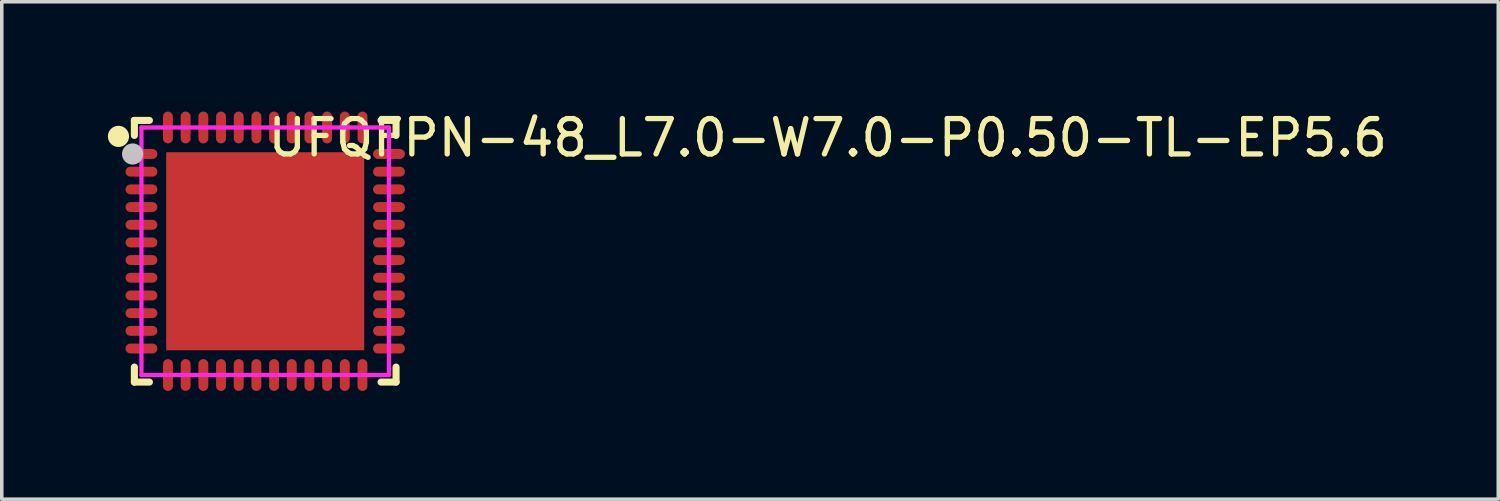
<source format=kicad_pcb>
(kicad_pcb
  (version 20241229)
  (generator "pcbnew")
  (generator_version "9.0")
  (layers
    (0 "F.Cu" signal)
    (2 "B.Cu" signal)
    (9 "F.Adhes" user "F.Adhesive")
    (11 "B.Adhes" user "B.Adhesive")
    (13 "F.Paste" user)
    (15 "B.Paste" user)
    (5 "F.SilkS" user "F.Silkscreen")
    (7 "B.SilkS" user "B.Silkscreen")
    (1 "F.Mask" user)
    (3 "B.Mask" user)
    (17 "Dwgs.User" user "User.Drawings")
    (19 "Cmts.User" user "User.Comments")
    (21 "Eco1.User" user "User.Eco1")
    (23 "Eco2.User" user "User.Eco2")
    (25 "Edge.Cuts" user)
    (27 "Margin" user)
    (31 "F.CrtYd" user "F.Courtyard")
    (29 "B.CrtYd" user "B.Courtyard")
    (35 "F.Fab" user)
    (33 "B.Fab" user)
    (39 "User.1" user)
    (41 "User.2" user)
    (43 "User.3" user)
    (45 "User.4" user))
  (footprint "UFQFPN-48_L7.0-W7.0-P0.50-TL-EP5.6"
    (layer "F.Cu")
    (at 4.45 4.055)
    (property "Reference" "UFQFPN-48_L7.0-W7.0-P0.50-TL-EP5.6" (at 0 -3.207 0) (layer "F.SilkS") (effects (font (size 1 1) (thickness 0.15)) (justify left)))
    (attr through_hole)
    (fp_line (start -3.7 -3.7) (end -3.275 -3.7) (stroke (width 0.2) (type solid)) (layer "F.SilkS"))
    (fp_line (start -3.7 -3.275) (end -3.7 -3.7) (stroke (width 0.2) (type solid)) (layer "F.SilkS"))
    (fp_line (start -3.7 3.7) (end -3.7 3.275) (stroke (width 0.2) (type solid)) (layer "F.SilkS"))
    (fp_line (start -3.275 3.7) (end -3.7 3.7) (stroke (width 0.2) (type solid)) (layer "F.SilkS"))
    (fp_line (start 3.275 -3.7) (end 3.7 -3.7) (stroke (width 0.2) (type solid)) (layer "F.SilkS"))
    (fp_line (start 3.275 3.7) (end 3.7 3.7) (stroke (width 0.2) (type solid)) (layer "F.SilkS"))
    (fp_line (start 3.7 -3.7) (end 3.7 -3.275) (stroke (width 0.2) (type solid)) (layer "F.SilkS"))
    (fp_line (start 3.7 3.7) (end 3.7 3.275) (stroke (width 0.2) (type solid)) (layer "F.SilkS"))
    (fp_arc (start -4 -3.247) (mid -4.300012 -3.24973) (end -3.999988 -3.24954) (stroke (width 0.3) (type solid)) (layer "F.SilkS"))
    (fp_poly (pts (xy 2.24 -2.24) (xy 2.24 2.24) (xy -2.24 2.24) (xy -2.24 -2.24)) (stroke (width 0.12) (type solid)) (fill yes) (layer "F.Paste"))
    (fp_poly (pts (xy -3.818 -2.891) (xy -3.825 -2.89) (xy -3.833 -2.889) (xy -3.841 -2.887) (xy -3.848 -2.885) (xy -3.855 -2.883) (xy -3.863 -2.88) (xy -3.87 -2.877) (xy -3.877 -2.874) (xy -3.883 -2.87) (xy -3.89 -2.866) (xy -3.896 -2.861) (xy -3.902 -2.856) (xy -3.908 -2.851) (xy -3.913 -2.846) (xy -3.918 -2.84) (xy -3.923 -2.834) (xy -3.927 -2.827) (xy -3.931 -2.821) (xy -3.935 -2.814) (xy -3.938 -2.807) (xy -3.941 -2.8) (xy -3.944 -2.793) (xy -3.946 -2.785) (xy -3.947 -2.778) (xy -3.949 -2.77) (xy -3.949 -2.762) (xy -3.95 -2.755) (xy -3.95 -2.747) (xy -3.949 -2.739) (xy -3.949 -2.731) (xy -3.947 -2.724) (xy -3.946 -2.716) (xy -3.944 -2.709) (xy -3.941 -2.702) (xy -3.938 -2.694) (xy -3.935 -2.687) (xy -3.931 -2.681) (xy -3.927 -2.674) (xy -3.923 -2.668) (xy -3.918 -2.662) (xy -3.913 -2.656) (xy -3.908 -2.65) (xy -3.902 -2.645) (xy -3.896 -2.64) (xy -3.89 -2.636) (xy -3.883 -2.631) (xy -3.877 -2.628) (xy -3.87 -2.624) (xy -3.863 -2.621) (xy -3.855 -2.618) (xy -3.848 -2.616) (xy -3.841 -2.614) (xy -3.833 -2.613) (xy -3.825 -2.612) (xy -3.818 -2.611) (xy -3.81 -2.611) (xy -3.19 -2.611) (xy -3.182 -2.611) (xy -3.175 -2.612) (xy -3.167 -2.613) (xy -3.159 -2.614) (xy -3.152 -2.616) (xy -3.145 -2.618) (xy -3.137 -2.621) (xy -3.13 -2.624) (xy -3.123 -2.628) (xy -3.117 -2.631) (xy -3.11 -2.636) (xy -3.104 -2.64) (xy -3.098 -2.645) (xy -3.092 -2.65) (xy -3.087 -2.656) (xy -3.082 -2.662) (xy -3.077 -2.668) (xy -3.073 -2.674) (xy -3.069 -2.681) (xy -3.065 -2.687) (xy -3.062 -2.694) (xy -3.059 -2.702) (xy -3.056 -2.709) (xy -3.054 -2.716) (xy -3.053 -2.724) (xy -3.051 -2.731) (xy -3.05 -2.739) (xy -3.05 -2.747) (xy -3.05 -2.755) (xy -3.05 -2.762) (xy -3.051 -2.77) (xy -3.053 -2.778) (xy -3.054 -2.785) (xy -3.056 -2.793) (xy -3.059 -2.8) (xy -3.062 -2.807) (xy -3.065 -2.814) (xy -3.069 -2.821) (xy -3.073 -2.827) (xy -3.077 -2.834) (xy -3.082 -2.84) (xy -3.087 -2.846) (xy -3.092 -2.851) (xy -3.098 -2.856) (xy -3.104 -2.861) (xy -3.11 -2.866) (xy -3.117 -2.87) (xy -3.123 -2.874) (xy -3.13 -2.877) (xy -3.137 -2.88) (xy -3.145 -2.883) (xy -3.152 -2.885) (xy -3.159 -2.887) (xy -3.167 -2.889) (xy -3.175 -2.89) (xy -3.182 -2.891) (xy -3.19 -2.891) (xy -3.81 -2.891)) (stroke (width 0.12) (type solid)) (fill yes) (layer "F.Paste"))
    (fp_poly (pts (xy -3.818 -2.39) (xy -3.825 -2.39) (xy -3.833 -2.388) (xy -3.841 -2.387) (xy -3.848 -2.385) (xy -3.855 -2.383) (xy -3.863 -2.38) (xy -3.87 -2.377) (xy -3.877 -2.373) (xy -3.883 -2.37) (xy -3.89 -2.365) (xy -3.896 -2.361) (xy -3.902 -2.356) (xy -3.908 -2.351) (xy -3.913 -2.345) (xy -3.918 -2.339) (xy -3.923 -2.333) (xy -3.927 -2.327) (xy -3.931 -2.32) (xy -3.935 -2.314) (xy -3.938 -2.307) (xy -3.941 -2.299) (xy -3.944 -2.292) (xy -3.946 -2.285) (xy -3.947 -2.277) (xy -3.949 -2.27) (xy -3.949 -2.262) (xy -3.95 -2.254) (xy -3.95 -2.246) (xy -3.949 -2.239) (xy -3.949 -2.231) (xy -3.947 -2.223) (xy -3.946 -2.216) (xy -3.944 -2.209) (xy -3.941 -2.201) (xy -3.938 -2.194) (xy -3.935 -2.187) (xy -3.931 -2.18) (xy -3.927 -2.174) (xy -3.923 -2.167) (xy -3.918 -2.161) (xy -3.913 -2.156) (xy -3.908 -2.15) (xy -3.902 -2.145) (xy -3.896 -2.14) (xy -3.89 -2.135) (xy -3.883 -2.131) (xy -3.877 -2.127) (xy -3.87 -2.124) (xy -3.863 -2.121) (xy -3.855 -2.118) (xy -3.848 -2.116) (xy -3.841 -2.114) (xy -3.833 -2.112) (xy -3.825 -2.111) (xy -3.818 -2.111) (xy -3.81 -2.11) (xy -3.19 -2.11) (xy -3.182 -2.111) (xy -3.175 -2.111) (xy -3.167 -2.112) (xy -3.159 -2.114) (xy -3.152 -2.116) (xy -3.145 -2.118) (xy -3.137 -2.121) (xy -3.13 -2.124) (xy -3.123 -2.127) (xy -3.117 -2.131) (xy -3.11 -2.135) (xy -3.104 -2.14) (xy -3.098 -2.145) (xy -3.092 -2.15) (xy -3.087 -2.156) (xy -3.082 -2.161) (xy -3.077 -2.167) (xy -3.073 -2.174) (xy -3.069 -2.18) (xy -3.065 -2.187) (xy -3.062 -2.194) (xy -3.059 -2.201) (xy -3.056 -2.209) (xy -3.054 -2.216) (xy -3.053 -2.223) (xy -3.051 -2.231) (xy -3.05 -2.239) (xy -3.05 -2.246) (xy -3.05 -2.254) (xy -3.05 -2.262) (xy -3.051 -2.27) (xy -3.053 -2.277) (xy -3.054 -2.285) (xy -3.056 -2.292) (xy -3.059 -2.299) (xy -3.062 -2.307) (xy -3.065 -2.314) (xy -3.069 -2.32) (xy -3.073 -2.327) (xy -3.077 -2.333) (xy -3.082 -2.339) (xy -3.087 -2.345) (xy -3.092 -2.351) (xy -3.098 -2.356) (xy -3.104 -2.361) (xy -3.11 -2.365) (xy -3.117 -2.37) (xy -3.123 -2.373) (xy -3.13 -2.377) (xy -3.137 -2.38) (xy -3.145 -2.383) (xy -3.152 -2.385) (xy -3.159 -2.387) (xy -3.167 -2.388) (xy -3.175 -2.39) (xy -3.182 -2.39) (xy -3.19 -2.39) (xy -3.81 -2.39)) (stroke (width 0.12) (type solid)) (fill yes) (layer "F.Paste"))
    (fp_poly (pts (xy -3.818 -1.389) (xy -3.825 -1.389) (xy -3.833 -1.388) (xy -3.841 -1.386) (xy -3.848 -1.384) (xy -3.855 -1.382) (xy -3.863 -1.379) (xy -3.87 -1.376) (xy -3.877 -1.373) (xy -3.883 -1.369) (xy -3.89 -1.365) (xy -3.896 -1.36) (xy -3.902 -1.355) (xy -3.908 -1.35) (xy -3.913 -1.344) (xy -3.918 -1.339) (xy -3.923 -1.332) (xy -3.927 -1.326) (xy -3.931 -1.32) (xy -3.935 -1.313) (xy -3.938 -1.306) (xy -3.941 -1.299) (xy -3.944 -1.291) (xy -3.946 -1.284) (xy -3.947 -1.276) (xy -3.949 -1.269) (xy -3.949 -1.261) (xy -3.95 -1.253) (xy -3.95 -1.246) (xy -3.949 -1.238) (xy -3.949 -1.23) (xy -3.947 -1.223) (xy -3.946 -1.215) (xy -3.944 -1.208) (xy -3.941 -1.2) (xy -3.938 -1.193) (xy -3.935 -1.186) (xy -3.931 -1.18) (xy -3.927 -1.173) (xy -3.923 -1.167) (xy -3.918 -1.161) (xy -3.913 -1.155) (xy -3.908 -1.149) (xy -3.902 -1.144) (xy -3.896 -1.139) (xy -3.89 -1.135) (xy -3.883 -1.13) (xy -3.877 -1.126) (xy -3.87 -1.123) (xy -3.863 -1.12) (xy -3.855 -1.117) (xy -3.848 -1.115) (xy -3.841 -1.113) (xy -3.833 -1.111) (xy -3.825 -1.11) (xy -3.818 -1.11) (xy -3.81 -1.11) (xy -3.19 -1.11) (xy -3.182 -1.11) (xy -3.175 -1.11) (xy -3.167 -1.111) (xy -3.159 -1.113) (xy -3.152 -1.115) (xy -3.145 -1.117) (xy -3.137 -1.12) (xy -3.13 -1.123) (xy -3.123 -1.126) (xy -3.117 -1.13) (xy -3.11 -1.135) (xy -3.104 -1.139) (xy -3.098 -1.144) (xy -3.092 -1.149) (xy -3.087 -1.155) (xy -3.082 -1.161) (xy -3.077 -1.167) (xy -3.073 -1.173) (xy -3.069 -1.18) (xy -3.065 -1.186) (xy -3.062 -1.193) (xy -3.059 -1.2) (xy -3.056 -1.208) (xy -3.054 -1.215) (xy -3.053 -1.223) (xy -3.051 -1.23) (xy -3.05 -1.238) (xy -3.05 -1.246) (xy -3.05 -1.253) (xy -3.05 -1.261) (xy -3.051 -1.269) (xy -3.053 -1.276) (xy -3.054 -1.284) (xy -3.056 -1.291) (xy -3.059 -1.299) (xy -3.062 -1.306) (xy -3.065 -1.313) (xy -3.069 -1.32) (xy -3.073 -1.326) (xy -3.077 -1.332) (xy -3.082 -1.339) (xy -3.087 -1.344) (xy -3.092 -1.35) (xy -3.098 -1.355) (xy -3.104 -1.36) (xy -3.11 -1.365) (xy -3.117 -1.369) (xy -3.123 -1.373) (xy -3.13 -1.376) (xy -3.137 -1.379) (xy -3.145 -1.382) (xy -3.152 -1.384) (xy -3.159 -1.386) (xy -3.167 -1.388) (xy -3.175 -1.389) (xy -3.182 -1.389) (xy -3.19 -1.39) (xy -3.81 -1.39)) (stroke (width 0.12) (type solid)) (fill yes) (layer "F.Paste"))
    (fp_poly (pts (xy -3.818 -0.889) (xy -3.825 -0.888) (xy -3.833 -0.887) (xy -3.841 -0.886) (xy -3.848 -0.884) (xy -3.855 -0.882) (xy -3.863 -0.879) (xy -3.87 -0.876) (xy -3.877 -0.872) (xy -3.883 -0.868) (xy -3.89 -0.864) (xy -3.896 -0.86) (xy -3.902 -0.855) (xy -3.908 -0.85) (xy -3.913 -0.844) (xy -3.918 -0.838) (xy -3.923 -0.832) (xy -3.927 -0.826) (xy -3.931 -0.819) (xy -3.935 -0.812) (xy -3.938 -0.805) (xy -3.941 -0.798) (xy -3.944 -0.791) (xy -3.946 -0.784) (xy -3.947 -0.776) (xy -3.949 -0.768) (xy -3.949 -0.761) (xy -3.95 -0.753) (xy -3.95 -0.745) (xy -3.949 -0.738) (xy -3.949 -0.73) (xy -3.947 -0.722) (xy -3.946 -0.715) (xy -3.944 -0.707) (xy -3.941 -0.7) (xy -3.938 -0.693) (xy -3.935 -0.686) (xy -3.931 -0.679) (xy -3.927 -0.673) (xy -3.923 -0.666) (xy -3.918 -0.66) (xy -3.913 -0.654) (xy -3.908 -0.649) (xy -3.902 -0.644) (xy -3.896 -0.639) (xy -3.89 -0.634) (xy -3.883 -0.63) (xy -3.877 -0.626) (xy -3.87 -0.623) (xy -3.863 -0.619) (xy -3.855 -0.617) (xy -3.848 -0.614) (xy -3.841 -0.613) (xy -3.833 -0.611) (xy -3.825 -0.61) (xy -3.818 -0.609) (xy -3.81 -0.609) (xy -3.19 -0.609) (xy -3.182 -0.609) (xy -3.175 -0.61) (xy -3.167 -0.611) (xy -3.159 -0.613) (xy -3.152 -0.614) (xy -3.145 -0.617) (xy -3.137 -0.619) (xy -3.13 -0.623) (xy -3.123 -0.626) (xy -3.117 -0.63) (xy -3.11 -0.634) (xy -3.104 -0.639) (xy -3.098 -0.644) (xy -3.092 -0.649) (xy -3.087 -0.654) (xy -3.082 -0.66) (xy -3.077 -0.666) (xy -3.073 -0.673) (xy -3.069 -0.679) (xy -3.065 -0.686) (xy -3.062 -0.693) (xy -3.059 -0.7) (xy -3.056 -0.707) (xy -3.054 -0.715) (xy -3.053 -0.722) (xy -3.051 -0.73) (xy -3.05 -0.738) (xy -3.05 -0.745) (xy -3.05 -0.753) (xy -3.05 -0.761) (xy -3.051 -0.768) (xy -3.053 -0.776) (xy -3.054 -0.784) (xy -3.056 -0.791) (xy -3.059 -0.798) (xy -3.062 -0.805) (xy -3.065 -0.812) (xy -3.069 -0.819) (xy -3.073 -0.826) (xy -3.077 -0.832) (xy -3.082 -0.838) (xy -3.087 -0.844) (xy -3.092 -0.85) (xy -3.098 -0.855) (xy -3.104 -0.86) (xy -3.11 -0.864) (xy -3.117 -0.868) (xy -3.123 -0.872) (xy -3.13 -0.876) (xy -3.137 -0.879) (xy -3.145 -0.882) (xy -3.152 -0.884) (xy -3.159 -0.886) (xy -3.167 -0.887) (xy -3.175 -0.888) (xy -3.182 -0.889) (xy -3.19 -0.889) (xy -3.81 -0.889)) (stroke (width 0.12) (type solid)) (fill yes) (layer "F.Paste"))
    (fp_poly (pts (xy -3.818 0.109) (xy -3.825 0.11) (xy -3.833 0.111) (xy -3.841 0.112) (xy -3.848 0.114) (xy -3.855 0.117) (xy -3.863 0.119) (xy -3.87 0.122) (xy -3.877 0.126) (xy -3.883 0.13) (xy -3.89 0.134) (xy -3.896 0.139) (xy -3.902 0.143) (xy -3.908 0.149) (xy -3.913 0.154) (xy -3.918 0.16) (xy -3.923 0.166) (xy -3.927 0.172) (xy -3.931 0.179) (xy -3.935 0.186) (xy -3.938 0.193) (xy -3.941 0.2) (xy -3.944 0.207) (xy -3.946 0.215) (xy -3.947 0.222) (xy -3.949 0.23) (xy -3.949 0.237) (xy -3.95 0.245) (xy -3.95 0.253) (xy -3.949 0.261) (xy -3.949 0.268) (xy -3.947 0.276) (xy -3.946 0.283) (xy -3.944 0.291) (xy -3.941 0.298) (xy -3.938 0.305) (xy -3.935 0.312) (xy -3.931 0.319) (xy -3.927 0.326) (xy -3.923 0.332) (xy -3.918 0.338) (xy -3.913 0.344) (xy -3.908 0.349) (xy -3.902 0.355) (xy -3.896 0.36) (xy -3.89 0.364) (xy -3.883 0.368) (xy -3.877 0.372) (xy -3.87 0.376) (xy -3.863 0.379) (xy -3.855 0.381) (xy -3.848 0.384) (xy -3.841 0.386) (xy -3.833 0.387) (xy -3.825 0.388) (xy -3.818 0.389) (xy -3.81 0.389) (xy -3.19 0.389) (xy -3.182 0.389) (xy -3.175 0.388) (xy -3.167 0.387) (xy -3.159 0.386) (xy -3.152 0.384) (xy -3.145 0.381) (xy -3.137 0.379) (xy -3.13 0.376) (xy -3.123 0.372) (xy -3.117 0.368) (xy -3.11 0.364) (xy -3.104 0.36) (xy -3.098 0.355) (xy -3.092 0.349) (xy -3.087 0.344) (xy -3.082 0.338) (xy -3.077 0.332) (xy -3.073 0.326) (xy -3.069 0.319) (xy -3.065 0.312) (xy -3.062 0.305) (xy -3.059 0.298) (xy -3.056 0.291) (xy -3.054 0.283) (xy -3.053 0.276) (xy -3.051 0.268) (xy -3.05 0.261) (xy -3.05 0.253) (xy -3.05 0.245) (xy -3.05 0.237) (xy -3.051 0.23) (xy -3.053 0.222) (xy -3.054 0.215) (xy -3.056 0.207) (xy -3.059 0.2) (xy -3.062 0.193) (xy -3.065 0.186) (xy -3.069 0.179) (xy -3.073 0.172) (xy -3.077 0.166) (xy -3.082 0.16) (xy -3.087 0.154) (xy -3.092 0.149) (xy -3.098 0.143) (xy -3.104 0.139) (xy -3.11 0.134) (xy -3.117 0.13) (xy -3.123 0.126) (xy -3.13 0.122) (xy -3.137 0.119) (xy -3.145 0.117) (xy -3.152 0.114) (xy -3.159 0.112) (xy -3.167 0.111) (xy -3.175 0.11) (xy -3.182 0.109) (xy -3.19 0.109) (xy -3.81 0.109)) (stroke (width 0.12) (type solid)) (fill yes) (layer "F.Paste"))
    (fp_poly (pts (xy -3.818 0.61) (xy -3.825 0.61) (xy -3.833 0.611) (xy -3.841 0.613) (xy -3.848 0.615) (xy -3.855 0.617) (xy -3.863 0.62) (xy -3.87 0.623) (xy -3.877 0.626) (xy -3.883 0.63) (xy -3.89 0.634) (xy -3.896 0.639) (xy -3.902 0.644) (xy -3.908 0.649) (xy -3.913 0.655) (xy -3.918 0.66) (xy -3.923 0.666) (xy -3.927 0.673) (xy -3.931 0.679) (xy -3.935 0.686) (xy -3.938 0.693) (xy -3.941 0.7) (xy -3.944 0.708) (xy -3.946 0.715) (xy -3.947 0.723) (xy -3.949 0.73) (xy -3.949 0.738) (xy -3.95 0.746) (xy -3.95 0.753) (xy -3.949 0.761) (xy -3.949 0.769) (xy -3.947 0.776) (xy -3.946 0.784) (xy -3.944 0.791) (xy -3.941 0.798) (xy -3.938 0.806) (xy -3.935 0.813) (xy -3.931 0.819) (xy -3.927 0.826) (xy -3.923 0.832) (xy -3.918 0.838) (xy -3.913 0.844) (xy -3.908 0.85) (xy -3.902 0.855) (xy -3.896 0.86) (xy -3.89 0.864) (xy -3.883 0.869) (xy -3.877 0.873) (xy -3.87 0.876) (xy -3.863 0.879) (xy -3.855 0.882) (xy -3.848 0.884) (xy -3.841 0.886) (xy -3.833 0.888) (xy -3.825 0.889) (xy -3.818 0.889) (xy -3.81 0.889) (xy -3.19 0.889) (xy -3.182 0.889) (xy -3.175 0.889) (xy -3.167 0.888) (xy -3.159 0.886) (xy -3.152 0.884) (xy -3.145 0.882) (xy -3.137 0.879) (xy -3.13 0.876) (xy -3.123 0.873) (xy -3.117 0.869) (xy -3.11 0.864) (xy -3.104 0.86) (xy -3.098 0.855) (xy -3.092 0.85) (xy -3.087 0.844) (xy -3.082 0.838) (xy -3.077 0.832) (xy -3.073 0.826) (xy -3.069 0.819) (xy -3.065 0.813) (xy -3.062 0.806) (xy -3.059 0.798) (xy -3.056 0.791) (xy -3.054 0.784) (xy -3.053 0.776) (xy -3.051 0.769) (xy -3.05 0.761) (xy -3.05 0.753) (xy -3.05 0.746) (xy -3.05 0.738) (xy -3.051 0.73) (xy -3.053 0.723) (xy -3.054 0.715) (xy -3.056 0.708) (xy -3.059 0.7) (xy -3.062 0.693) (xy -3.065 0.686) (xy -3.069 0.679) (xy -3.073 0.673) (xy -3.077 0.666) (xy -3.082 0.66) (xy -3.087 0.655) (xy -3.092 0.649) (xy -3.098 0.644) (xy -3.104 0.639) (xy -3.11 0.634) (xy -3.117 0.63) (xy -3.123 0.626) (xy -3.13 0.623) (xy -3.137 0.62) (xy -3.145 0.617) (xy -3.152 0.615) (xy -3.159 0.613) (xy -3.167 0.611) (xy -3.175 0.61) (xy -3.182 0.61) (xy -3.19 0.609) (xy -3.81 0.609)) (stroke (width 0.12) (type solid)) (fill yes) (layer "F.Paste"))
    (fp_poly (pts (xy -3.818 1.61) (xy -3.825 1.611) (xy -3.833 1.612) (xy -3.841 1.614) (xy -3.848 1.615) (xy -3.855 1.618) (xy -3.863 1.62) (xy -3.87 1.624) (xy -3.877 1.627) (xy -3.883 1.631) (xy -3.89 1.635) (xy -3.896 1.64) (xy -3.902 1.645) (xy -3.908 1.65) (xy -3.913 1.655) (xy -3.918 1.661) (xy -3.923 1.667) (xy -3.927 1.674) (xy -3.931 1.68) (xy -3.935 1.687) (xy -3.938 1.694) (xy -3.941 1.701) (xy -3.944 1.708) (xy -3.946 1.716) (xy -3.947 1.723) (xy -3.949 1.731) (xy -3.949 1.739) (xy -3.95 1.746) (xy -3.95 1.754) (xy -3.949 1.762) (xy -3.949 1.769) (xy -3.947 1.777) (xy -3.946 1.785) (xy -3.944 1.792) (xy -3.941 1.799) (xy -3.938 1.806) (xy -3.935 1.813) (xy -3.931 1.82) (xy -3.927 1.827) (xy -3.923 1.833) (xy -3.918 1.839) (xy -3.913 1.845) (xy -3.908 1.851) (xy -3.902 1.856) (xy -3.896 1.861) (xy -3.89 1.865) (xy -3.883 1.869) (xy -3.877 1.873) (xy -3.87 1.877) (xy -3.863 1.88) (xy -3.855 1.883) (xy -3.848 1.885) (xy -3.841 1.887) (xy -3.833 1.888) (xy -3.825 1.889) (xy -3.818 1.89) (xy -3.81 1.89) (xy -3.19 1.89) (xy -3.182 1.89) (xy -3.175 1.889) (xy -3.167 1.888) (xy -3.159 1.887) (xy -3.152 1.885) (xy -3.145 1.883) (xy -3.137 1.88) (xy -3.13 1.877) (xy -3.123 1.873) (xy -3.117 1.869) (xy -3.11 1.865) (xy -3.104 1.861) (xy -3.098 1.856) (xy -3.092 1.851) (xy -3.087 1.845) (xy -3.082 1.839) (xy -3.077 1.833) (xy -3.073 1.827) (xy -3.069 1.82) (xy -3.065 1.813) (xy -3.062 1.806) (xy -3.059 1.799) (xy -3.056 1.792) (xy -3.054 1.785) (xy -3.053 1.777) (xy -3.051 1.769) (xy -3.05 1.762) (xy -3.05 1.754) (xy -3.05 1.746) (xy -3.05 1.739) (xy -3.051 1.731) (xy -3.053 1.723) (xy -3.054 1.716) (xy -3.056 1.708) (xy -3.059 1.701) (xy -3.062 1.694) (xy -3.065 1.687) (xy -3.069 1.68) (xy -3.073 1.674) (xy -3.077 1.667) (xy -3.082 1.661) (xy -3.087 1.655) (xy -3.092 1.65) (xy -3.098 1.645) (xy -3.104 1.64) (xy -3.11 1.635) (xy -3.117 1.631) (xy -3.123 1.627) (xy -3.13 1.624) (xy -3.137 1.62) (xy -3.145 1.618) (xy -3.152 1.615) (xy -3.159 1.614) (xy -3.167 1.612) (xy -3.175 1.611) (xy -3.182 1.61) (xy -3.19 1.61) (xy -3.81 1.61)) (stroke (width 0.12) (type solid)) (fill yes) (layer "F.Paste"))
    (fp_poly (pts (xy -3.818 2.111) (xy -3.825 2.111) (xy -3.833 2.112) (xy -3.841 2.114) (xy -3.848 2.116) (xy -3.855 2.118) (xy -3.863 2.121) (xy -3.87 2.124) (xy -3.877 2.127) (xy -3.883 2.131) (xy -3.89 2.135) (xy -3.896 2.14) (xy -3.902 2.145) (xy -3.908 2.15) (xy -3.913 2.156) (xy -3.918 2.162) (xy -3.923 2.168) (xy -3.927 2.174) (xy -3.931 2.181) (xy -3.935 2.187) (xy -3.938 2.194) (xy -3.941 2.201) (xy -3.944 2.209) (xy -3.946 2.216) (xy -3.947 2.224) (xy -3.949 2.231) (xy -3.949 2.239) (xy -3.95 2.247) (xy -3.95 2.254) (xy -3.949 2.262) (xy -3.949 2.27) (xy -3.947 2.277) (xy -3.946 2.285) (xy -3.944 2.292) (xy -3.941 2.3) (xy -3.938 2.307) (xy -3.935 2.314) (xy -3.931 2.321) (xy -3.927 2.327) (xy -3.923 2.333) (xy -3.918 2.34) (xy -3.913 2.345) (xy -3.908 2.351) (xy -3.902 2.356) (xy -3.896 2.361) (xy -3.89 2.366) (xy -3.883 2.37) (xy -3.877 2.374) (xy -3.87 2.377) (xy -3.863 2.38) (xy -3.855 2.383) (xy -3.848 2.385) (xy -3.841 2.387) (xy -3.833 2.389) (xy -3.825 2.39) (xy -3.818 2.39) (xy -3.81 2.391) (xy -3.19 2.391) (xy -3.182 2.39) (xy -3.175 2.39) (xy -3.167 2.389) (xy -3.159 2.387) (xy -3.152 2.385) (xy -3.145 2.383) (xy -3.137 2.38) (xy -3.13 2.377) (xy -3.123 2.374) (xy -3.117 2.37) (xy -3.11 2.366) (xy -3.104 2.361) (xy -3.098 2.356) (xy -3.092 2.351) (xy -3.087 2.345) (xy -3.082 2.34) (xy -3.077 2.333) (xy -3.073 2.327) (xy -3.069 2.321) (xy -3.065 2.314) (xy -3.062 2.307) (xy -3.059 2.3) (xy -3.056 2.292) (xy -3.054 2.285) (xy -3.053 2.277) (xy -3.051 2.27) (xy -3.05 2.262) (xy -3.05 2.254) (xy -3.05 2.247) (xy -3.05 2.239) (xy -3.051 2.231) (xy -3.053 2.224) (xy -3.054 2.216) (xy -3.056 2.209) (xy -3.059 2.201) (xy -3.062 2.194) (xy -3.065 2.187) (xy -3.069 2.181) (xy -3.073 2.174) (xy -3.077 2.168) (xy -3.082 2.162) (xy -3.087 2.156) (xy -3.092 2.15) (xy -3.098 2.145) (xy -3.104 2.14) (xy -3.11 2.135) (xy -3.117 2.131) (xy -3.123 2.127) (xy -3.13 2.124) (xy -3.137 2.121) (xy -3.145 2.118) (xy -3.152 2.116) (xy -3.159 2.114) (xy -3.167 2.112) (xy -3.175 2.111) (xy -3.182 2.111) (xy -3.19 2.111) (xy -3.81 2.111)) (stroke (width 0.12) (type solid)) (fill yes) (layer "F.Paste"))
    (fp_poly (pts (xy -3.175 -1.889) (xy -3.182 -1.89) (xy -3.19 -1.89) (xy -3.81 -1.89) (xy -3.818 -1.89) (xy -3.825 -1.889) (xy -3.833 -1.888) (xy -3.841 -1.887) (xy -3.848 -1.885) (xy -3.855 -1.882) (xy -3.863 -1.88) (xy -3.87 -1.877) (xy -3.877 -1.873) (xy -3.883 -1.869) (xy -3.89 -1.865) (xy -3.896 -1.86) (xy -3.902 -1.856) (xy -3.908 -1.85) (xy -3.913 -1.845) (xy -3.918 -1.839) (xy -3.923 -1.833) (xy -3.927 -1.827) (xy -3.931 -1.82) (xy -3.935 -1.813) (xy -3.938 -1.806) (xy -3.941 -1.799) (xy -3.944 -1.792) (xy -3.946 -1.784) (xy -3.947 -1.777) (xy -3.949 -1.769) (xy -3.949 -1.762) (xy -3.95 -1.754) (xy -3.95 -1.746) (xy -3.949 -1.738) (xy -3.949 -1.731) (xy -3.947 -1.723) (xy -3.946 -1.716) (xy -3.944 -1.708) (xy -3.941 -1.701) (xy -3.938 -1.694) (xy -3.935 -1.687) (xy -3.931 -1.68) (xy -3.927 -1.673) (xy -3.923 -1.667) (xy -3.918 -1.661) (xy -3.913 -1.655) (xy -3.908 -1.65) (xy -3.902 -1.644) (xy -3.896 -1.639) (xy -3.89 -1.635) (xy -3.883 -1.631) (xy -3.877 -1.627) (xy -3.87 -1.623) (xy -3.863 -1.62) (xy -3.855 -1.618) (xy -3.848 -1.615) (xy -3.841 -1.613) (xy -3.833 -1.612) (xy -3.825 -1.611) (xy -3.818 -1.61) (xy -3.81 -1.61) (xy -3.19 -1.61) (xy -3.182 -1.61) (xy -3.175 -1.611) (xy -3.167 -1.612) (xy -3.159 -1.613) (xy -3.152 -1.615) (xy -3.145 -1.618) (xy -3.137 -1.62) (xy -3.13 -1.623) (xy -3.123 -1.627) (xy -3.117 -1.631) (xy -3.11 -1.635) (xy -3.104 -1.639) (xy -3.098 -1.644) (xy -3.092 -1.65) (xy -3.087 -1.655) (xy -3.082 -1.661) (xy -3.077 -1.667) (xy -3.073 -1.673) (xy -3.069 -1.68) (xy -3.065 -1.687) (xy -3.062 -1.694) (xy -3.059 -1.701) (xy -3.056 -1.708) (xy -3.054 -1.716) (xy -3.053 -1.723) (xy -3.051 -1.731) (xy -3.05 -1.738) (xy -3.05 -1.746) (xy -3.05 -1.754) (xy -3.05 -1.762) (xy -3.051 -1.769) (xy -3.053 -1.777) (xy -3.054 -1.784) (xy -3.056 -1.792) (xy -3.059 -1.799) (xy -3.062 -1.806) (xy -3.065 -1.813) (xy -3.069 -1.82) (xy -3.073 -1.827) (xy -3.077 -1.833) (xy -3.082 -1.839) (xy -3.087 -1.845) (xy -3.092 -1.85) (xy -3.098 -1.856) (xy -3.104 -1.86) (xy -3.11 -1.865) (xy -3.117 -1.869) (xy -3.123 -1.873) (xy -3.13 -1.877) (xy -3.137 -1.88) (xy -3.145 -1.882) (xy -3.152 -1.885) (xy -3.159 -1.887) (xy -3.167 -1.888)) (stroke (width 0.12) (type solid)) (fill yes) (layer "F.Paste"))
    (fp_poly (pts (xy -3.175 -0.388) (xy -3.182 -0.389) (xy -3.19 -0.389) (xy -3.81 -0.389) (xy -3.818 -0.389) (xy -3.825 -0.388) (xy -3.833 -0.387) (xy -3.841 -0.385) (xy -3.848 -0.384) (xy -3.855 -0.381) (xy -3.863 -0.379) (xy -3.87 -0.375) (xy -3.877 -0.372) (xy -3.883 -0.368) (xy -3.89 -0.364) (xy -3.896 -0.359) (xy -3.902 -0.354) (xy -3.908 -0.349) (xy -3.913 -0.344) (xy -3.918 -0.338) (xy -3.923 -0.332) (xy -3.927 -0.325) (xy -3.931 -0.319) (xy -3.935 -0.312) (xy -3.938 -0.305) (xy -3.941 -0.298) (xy -3.944 -0.291) (xy -3.946 -0.283) (xy -3.947 -0.276) (xy -3.949 -0.268) (xy -3.949 -0.26) (xy -3.95 -0.253) (xy -3.95 -0.245) (xy -3.949 -0.237) (xy -3.949 -0.23) (xy -3.947 -0.222) (xy -3.946 -0.214) (xy -3.944 -0.207) (xy -3.941 -0.2) (xy -3.938 -0.193) (xy -3.935 -0.186) (xy -3.931 -0.179) (xy -3.927 -0.172) (xy -3.923 -0.166) (xy -3.918 -0.16) (xy -3.913 -0.154) (xy -3.908 -0.148) (xy -3.902 -0.143) (xy -3.896 -0.138) (xy -3.89 -0.134) (xy -3.883 -0.13) (xy -3.877 -0.126) (xy -3.87 -0.122) (xy -3.863 -0.119) (xy -3.855 -0.116) (xy -3.848 -0.114) (xy -3.841 -0.112) (xy -3.833 -0.111) (xy -3.825 -0.11) (xy -3.818 -0.109) (xy -3.81 -0.109) (xy -3.19 -0.109) (xy -3.182 -0.109) (xy -3.175 -0.11) (xy -3.167 -0.111) (xy -3.159 -0.112) (xy -3.152 -0.114) (xy -3.145 -0.116) (xy -3.137 -0.119) (xy -3.13 -0.122) (xy -3.123 -0.126) (xy -3.117 -0.13) (xy -3.11 -0.134) (xy -3.104 -0.138) (xy -3.098 -0.143) (xy -3.092 -0.148) (xy -3.087 -0.154) (xy -3.082 -0.16) (xy -3.077 -0.166) (xy -3.073 -0.172) (xy -3.069 -0.179) (xy -3.065 -0.186) (xy -3.062 -0.193) (xy -3.059 -0.2) (xy -3.056 -0.207) (xy -3.054 -0.214) (xy -3.053 -0.222) (xy -3.051 -0.23) (xy -3.05 -0.237) (xy -3.05 -0.245) (xy -3.05 -0.253) (xy -3.05 -0.26) (xy -3.051 -0.268) (xy -3.053 -0.276) (xy -3.054 -0.283) (xy -3.056 -0.291) (xy -3.059 -0.298) (xy -3.062 -0.305) (xy -3.065 -0.312) (xy -3.069 -0.319) (xy -3.073 -0.325) (xy -3.077 -0.332) (xy -3.082 -0.338) (xy -3.087 -0.344) (xy -3.092 -0.349) (xy -3.098 -0.354) (xy -3.104 -0.359) (xy -3.11 -0.364) (xy -3.117 -0.368) (xy -3.123 -0.372) (xy -3.13 -0.375) (xy -3.137 -0.379) (xy -3.145 -0.381) (xy -3.152 -0.384) (xy -3.159 -0.385) (xy -3.167 -0.387)) (stroke (width 0.12) (type solid)) (fill yes) (layer "F.Paste"))
    (fp_poly (pts (xy -3.175 1.111) (xy -3.182 1.11) (xy -3.19 1.11) (xy -3.81 1.11) (xy -3.818 1.11) (xy -3.825 1.111) (xy -3.833 1.112) (xy -3.841 1.113) (xy -3.848 1.115) (xy -3.855 1.117) (xy -3.863 1.12) (xy -3.87 1.123) (xy -3.877 1.127) (xy -3.883 1.131) (xy -3.89 1.135) (xy -3.896 1.139) (xy -3.902 1.144) (xy -3.908 1.149) (xy -3.913 1.155) (xy -3.918 1.161) (xy -3.923 1.167) (xy -3.927 1.173) (xy -3.931 1.18) (xy -3.935 1.187) (xy -3.938 1.194) (xy -3.941 1.201) (xy -3.944 1.208) (xy -3.946 1.215) (xy -3.947 1.223) (xy -3.949 1.231) (xy -3.949 1.238) (xy -3.95 1.246) (xy -3.95 1.254) (xy -3.949 1.261) (xy -3.949 1.269) (xy -3.947 1.277) (xy -3.946 1.284) (xy -3.944 1.292) (xy -3.941 1.299) (xy -3.938 1.306) (xy -3.935 1.313) (xy -3.931 1.32) (xy -3.927 1.326) (xy -3.923 1.333) (xy -3.918 1.339) (xy -3.913 1.345) (xy -3.908 1.35) (xy -3.902 1.355) (xy -3.896 1.36) (xy -3.89 1.365) (xy -3.883 1.369) (xy -3.877 1.373) (xy -3.87 1.376) (xy -3.863 1.379) (xy -3.855 1.382) (xy -3.848 1.385) (xy -3.841 1.386) (xy -3.833 1.388) (xy -3.825 1.389) (xy -3.818 1.39) (xy -3.81 1.39) (xy -3.19 1.39) (xy -3.182 1.39) (xy -3.175 1.389) (xy -3.167 1.388) (xy -3.159 1.386) (xy -3.152 1.385) (xy -3.145 1.382) (xy -3.137 1.379) (xy -3.13 1.376) (xy -3.123 1.373) (xy -3.117 1.369) (xy -3.11 1.365) (xy -3.104 1.36) (xy -3.098 1.355) (xy -3.092 1.35) (xy -3.087 1.345) (xy -3.082 1.339) (xy -3.077 1.333) (xy -3.073 1.326) (xy -3.069 1.32) (xy -3.065 1.313) (xy -3.062 1.306) (xy -3.059 1.299) (xy -3.056 1.292) (xy -3.054 1.284) (xy -3.053 1.277) (xy -3.051 1.269) (xy -3.05 1.261) (xy -3.05 1.254) (xy -3.05 1.246) (xy -3.05 1.238) (xy -3.051 1.231) (xy -3.053 1.223) (xy -3.054 1.215) (xy -3.056 1.208) (xy -3.059 1.201) (xy -3.062 1.194) (xy -3.065 1.187) (xy -3.069 1.18) (xy -3.073 1.173) (xy -3.077 1.167) (xy -3.082 1.161) (xy -3.087 1.155) (xy -3.092 1.149) (xy -3.098 1.144) (xy -3.104 1.139) (xy -3.11 1.135) (xy -3.117 1.131) (xy -3.123 1.127) (xy -3.13 1.123) (xy -3.137 1.12) (xy -3.145 1.117) (xy -3.152 1.115) (xy -3.159 1.113) (xy -3.167 1.112)) (stroke (width 0.12) (type solid)) (fill yes) (layer "F.Paste"))
    (fp_poly (pts (xy -3.175 2.612) (xy -3.182 2.611) (xy -3.19 2.611) (xy -3.81 2.611) (xy -3.818 2.611) (xy -3.825 2.612) (xy -3.833 2.613) (xy -3.841 2.614) (xy -3.848 2.616) (xy -3.855 2.619) (xy -3.863 2.621) (xy -3.87 2.624) (xy -3.877 2.628) (xy -3.883 2.632) (xy -3.89 2.636) (xy -3.896 2.64) (xy -3.902 2.645) (xy -3.908 2.651) (xy -3.913 2.656) (xy -3.918 2.662) (xy -3.923 2.668) (xy -3.927 2.674) (xy -3.931 2.681) (xy -3.935 2.688) (xy -3.938 2.695) (xy -3.941 2.702) (xy -3.944 2.709) (xy -3.946 2.717) (xy -3.947 2.724) (xy -3.949 2.732) (xy -3.949 2.739) (xy -3.95 2.747) (xy -3.95 2.755) (xy -3.949 2.762) (xy -3.949 2.77) (xy -3.947 2.778) (xy -3.946 2.785) (xy -3.944 2.793) (xy -3.941 2.8) (xy -3.938 2.807) (xy -3.935 2.814) (xy -3.931 2.821) (xy -3.927 2.828) (xy -3.923 2.834) (xy -3.918 2.84) (xy -3.913 2.846) (xy -3.908 2.851) (xy -3.902 2.857) (xy -3.896 2.861) (xy -3.89 2.866) (xy -3.883 2.87) (xy -3.877 2.874) (xy -3.87 2.878) (xy -3.863 2.881) (xy -3.855 2.883) (xy -3.848 2.886) (xy -3.841 2.888) (xy -3.833 2.889) (xy -3.825 2.89) (xy -3.818 2.891) (xy -3.81 2.891) (xy -3.19 2.891) (xy -3.182 2.891) (xy -3.175 2.89) (xy -3.167 2.889) (xy -3.159 2.888) (xy -3.152 2.886) (xy -3.145 2.883) (xy -3.137 2.881) (xy -3.13 2.878) (xy -3.123 2.874) (xy -3.117 2.87) (xy -3.11 2.866) (xy -3.104 2.861) (xy -3.098 2.857) (xy -3.092 2.851) (xy -3.087 2.846) (xy -3.082 2.84) (xy -3.077 2.834) (xy -3.073 2.828) (xy -3.069 2.821) (xy -3.065 2.814) (xy -3.062 2.807) (xy -3.059 2.8) (xy -3.056 2.793) (xy -3.054 2.785) (xy -3.053 2.778) (xy -3.051 2.77) (xy -3.05 2.762) (xy -3.05 2.755) (xy -3.05 2.747) (xy -3.05 2.739) (xy -3.051 2.732) (xy -3.053 2.724) (xy -3.054 2.717) (xy -3.056 2.709) (xy -3.059 2.702) (xy -3.062 2.695) (xy -3.065 2.688) (xy -3.069 2.681) (xy -3.073 2.674) (xy -3.077 2.668) (xy -3.082 2.662) (xy -3.087 2.656) (xy -3.092 2.651) (xy -3.098 2.645) (xy -3.104 2.64) (xy -3.11 2.636) (xy -3.117 2.632) (xy -3.123 2.628) (xy -3.13 2.624) (xy -3.137 2.621) (xy -3.145 2.619) (xy -3.152 2.616) (xy -3.159 2.614) (xy -3.167 2.613)) (stroke (width 0.12) (type solid)) (fill yes) (layer "F.Paste"))
    (fp_poly (pts (xy -2.755 -3.95) (xy -2.762 -3.95) (xy -2.77 -3.949) (xy -2.778 -3.947) (xy -2.785 -3.946) (xy -2.793 -3.944) (xy -2.8 -3.941) (xy -2.807 -3.938) (xy -2.814 -3.935) (xy -2.821 -3.931) (xy -2.828 -3.927) (xy -2.834 -3.923) (xy -2.84 -3.918) (xy -2.846 -3.913) (xy -2.851 -3.908) (xy -2.857 -3.902) (xy -2.861 -3.896) (xy -2.866 -3.89) (xy -2.87 -3.883) (xy -2.874 -3.877) (xy -2.878 -3.87) (xy -2.881 -3.863) (xy -2.883 -3.855) (xy -2.886 -3.848) (xy -2.888 -3.841) (xy -2.889 -3.833) (xy -2.89 -3.825) (xy -2.891 -3.818) (xy -2.891 -3.81) (xy -2.891 -3.19) (xy -2.891 -3.182) (xy -2.89 -3.175) (xy -2.889 -3.167) (xy -2.888 -3.159) (xy -2.886 -3.152) (xy -2.883 -3.145) (xy -2.881 -3.137) (xy -2.878 -3.13) (xy -2.874 -3.123) (xy -2.87 -3.117) (xy -2.866 -3.11) (xy -2.861 -3.104) (xy -2.857 -3.098) (xy -2.851 -3.092) (xy -2.846 -3.087) (xy -2.84 -3.082) (xy -2.834 -3.077) (xy -2.828 -3.073) (xy -2.821 -3.069) (xy -2.814 -3.065) (xy -2.807 -3.062) (xy -2.8 -3.059) (xy -2.793 -3.056) (xy -2.785 -3.054) (xy -2.778 -3.053) (xy -2.77 -3.051) (xy -2.762 -3.05) (xy -2.755 -3.05) (xy -2.747 -3.05) (xy -2.739 -3.05) (xy -2.732 -3.051) (xy -2.724 -3.053) (xy -2.717 -3.054) (xy -2.709 -3.056) (xy -2.702 -3.059) (xy -2.695 -3.062) (xy -2.688 -3.065) (xy -2.681 -3.069) (xy -2.674 -3.073) (xy -2.668 -3.077) (xy -2.662 -3.082) (xy -2.656 -3.087) (xy -2.651 -3.092) (xy -2.645 -3.098) (xy -2.64 -3.104) (xy -2.636 -3.11) (xy -2.632 -3.117) (xy -2.628 -3.123) (xy -2.624 -3.13) (xy -2.621 -3.137) (xy -2.619 -3.145) (xy -2.616 -3.152) (xy -2.614 -3.159) (xy -2.613 -3.167) (xy -2.612 -3.175) (xy -2.611 -3.182) (xy -2.611 -3.19) (xy -2.611 -3.81) (xy -2.611 -3.818) (xy -2.612 -3.825) (xy -2.613 -3.833) (xy -2.614 -3.841) (xy -2.616 -3.848) (xy -2.619 -3.855) (xy -2.621 -3.863) (xy -2.624 -3.87) (xy -2.628 -3.877) (xy -2.632 -3.883) (xy -2.636 -3.89) (xy -2.64 -3.896) (xy -2.645 -3.902) (xy -2.651 -3.908) (xy -2.656 -3.913) (xy -2.662 -3.918) (xy -2.668 -3.923) (xy -2.674 -3.927) (xy -2.681 -3.931) (xy -2.688 -3.935) (xy -2.695 -3.938) (xy -2.702 -3.941) (xy -2.709 -3.944) (xy -2.717 -3.946) (xy -2.724 -3.947) (xy -2.732 -3.949) (xy -2.739 -3.95) (xy -2.747 -3.95)) (stroke (width 0.12) (type solid)) (fill yes) (layer "F.Paste"))
    (fp_poly (pts (xy -2.754 3.05) (xy -2.762 3.05) (xy -2.769 3.051) (xy -2.777 3.053) (xy -2.785 3.054) (xy -2.792 3.056) (xy -2.799 3.059) (xy -2.806 3.062) (xy -2.813 3.065) (xy -2.82 3.069) (xy -2.827 3.073) (xy -2.833 3.077) (xy -2.839 3.082) (xy -2.845 3.087) (xy -2.851 3.092) (xy -2.856 3.098) (xy -2.861 3.104) (xy -2.865 3.11) (xy -2.869 3.117) (xy -2.873 3.123) (xy -2.877 3.13) (xy -2.88 3.137) (xy -2.883 3.145) (xy -2.885 3.152) (xy -2.887 3.159) (xy -2.888 3.167) (xy -2.889 3.175) (xy -2.89 3.182) (xy -2.89 3.19) (xy -2.89 3.81) (xy -2.89 3.818) (xy -2.889 3.825) (xy -2.888 3.833) (xy -2.887 3.841) (xy -2.885 3.848) (xy -2.883 3.855) (xy -2.88 3.863) (xy -2.877 3.87) (xy -2.873 3.877) (xy -2.869 3.883) (xy -2.865 3.89) (xy -2.861 3.896) (xy -2.856 3.902) (xy -2.851 3.908) (xy -2.845 3.913) (xy -2.839 3.918) (xy -2.833 3.923) (xy -2.827 3.927) (xy -2.82 3.931) (xy -2.813 3.935) (xy -2.806 3.938) (xy -2.799 3.941) (xy -2.792 3.944) (xy -2.785 3.946) (xy -2.777 3.947) (xy -2.769 3.949) (xy -2.762 3.95) (xy -2.754 3.95) (xy -2.746 3.95) (xy -2.739 3.95) (xy -2.731 3.949) (xy -2.723 3.947) (xy -2.716 3.946) (xy -2.708 3.944) (xy -2.701 3.941) (xy -2.694 3.938) (xy -2.687 3.935) (xy -2.68 3.931) (xy -2.674 3.927) (xy -2.667 3.923) (xy -2.661 3.918) (xy -2.655 3.913) (xy -2.65 3.908) (xy -2.645 3.902) (xy -2.64 3.896) (xy -2.635 3.89) (xy -2.631 3.883) (xy -2.627 3.877) (xy -2.624 3.87) (xy -2.62 3.863) (xy -2.618 3.855) (xy -2.615 3.848) (xy -2.614 3.841) (xy -2.612 3.833) (xy -2.611 3.825) (xy -2.61 3.818) (xy -2.61 3.81) (xy -2.61 3.19) (xy -2.61 3.182) (xy -2.611 3.175) (xy -2.612 3.167) (xy -2.614 3.159) (xy -2.615 3.152) (xy -2.618 3.145) (xy -2.62 3.137) (xy -2.624 3.13) (xy -2.627 3.123) (xy -2.631 3.117) (xy -2.635 3.11) (xy -2.64 3.104) (xy -2.645 3.098) (xy -2.65 3.092) (xy -2.655 3.087) (xy -2.661 3.082) (xy -2.667 3.077) (xy -2.674 3.073) (xy -2.68 3.069) (xy -2.687 3.065) (xy -2.694 3.062) (xy -2.701 3.059) (xy -2.708 3.056) (xy -2.716 3.054) (xy -2.723 3.053) (xy -2.731 3.051) (xy -2.739 3.05) (xy -2.746 3.05)) (stroke (width 0.12) (type solid)) (fill yes) (layer "F.Paste"))
    (fp_poly (pts (xy -2.239 -3.95) (xy -2.247 -3.95) (xy -2.254 -3.95) (xy -2.262 -3.95) (xy -2.27 -3.949) (xy -2.277 -3.947) (xy -2.285 -3.946) (xy -2.292 -3.944) (xy -2.3 -3.941) (xy -2.307 -3.938) (xy -2.314 -3.935) (xy -2.321 -3.931) (xy -2.327 -3.927) (xy -2.333 -3.923) (xy -2.34 -3.918) (xy -2.345 -3.913) (xy -2.351 -3.908) (xy -2.356 -3.902) (xy -2.361 -3.896) (xy -2.366 -3.89) (xy -2.37 -3.883) (xy -2.374 -3.877) (xy -2.377 -3.87) (xy -2.38 -3.863) (xy -2.383 -3.855) (xy -2.385 -3.848) (xy -2.387 -3.841) (xy -2.389 -3.833) (xy -2.39 -3.825) (xy -2.39 -3.818) (xy -2.391 -3.81) (xy -2.391 -3.19) (xy -2.39 -3.182) (xy -2.39 -3.175) (xy -2.389 -3.167) (xy -2.387 -3.159) (xy -2.385 -3.152) (xy -2.383 -3.145) (xy -2.38 -3.137) (xy -2.377 -3.13) (xy -2.374 -3.123) (xy -2.37 -3.117) (xy -2.366 -3.11) (xy -2.361 -3.104) (xy -2.356 -3.098) (xy -2.351 -3.092) (xy -2.345 -3.087) (xy -2.34 -3.082) (xy -2.333 -3.077) (xy -2.327 -3.073) (xy -2.321 -3.069) (xy -2.314 -3.065) (xy -2.307 -3.062) (xy -2.3 -3.059) (xy -2.292 -3.056) (xy -2.285 -3.054) (xy -2.277 -3.053) (xy -2.27 -3.051) (xy -2.262 -3.05) (xy -2.254 -3.05) (xy -2.247 -3.05) (xy -2.239 -3.05) (xy -2.231 -3.051) (xy -2.224 -3.053) (xy -2.216 -3.054) (xy -2.209 -3.056) (xy -2.201 -3.059) (xy -2.194 -3.062) (xy -2.187 -3.065) (xy -2.181 -3.069) (xy -2.174 -3.073) (xy -2.168 -3.077) (xy -2.162 -3.082) (xy -2.156 -3.087) (xy -2.15 -3.092) (xy -2.145 -3.098) (xy -2.14 -3.104) (xy -2.135 -3.11) (xy -2.131 -3.117) (xy -2.127 -3.123) (xy -2.124 -3.13) (xy -2.121 -3.137) (xy -2.118 -3.145) (xy -2.116 -3.152) (xy -2.114 -3.159) (xy -2.112 -3.167) (xy -2.111 -3.175) (xy -2.111 -3.182) (xy -2.111 -3.19) (xy -2.111 -3.81) (xy -2.111 -3.818) (xy -2.111 -3.825) (xy -2.112 -3.833) (xy -2.114 -3.841) (xy -2.116 -3.848) (xy -2.118 -3.855) (xy -2.121 -3.863) (xy -2.124 -3.87) (xy -2.127 -3.877) (xy -2.131 -3.883) (xy -2.135 -3.89) (xy -2.14 -3.896) (xy -2.145 -3.902) (xy -2.15 -3.908) (xy -2.156 -3.913) (xy -2.162 -3.918) (xy -2.168 -3.923) (xy -2.174 -3.927) (xy -2.181 -3.931) (xy -2.187 -3.935) (xy -2.194 -3.938) (xy -2.201 -3.941) (xy -2.209 -3.944) (xy -2.216 -3.946) (xy -2.224 -3.947) (xy -2.231 -3.949)) (stroke (width 0.12) (type solid)) (fill yes) (layer "F.Paste"))
    (fp_poly (pts (xy -2.238 3.05) (xy -2.246 3.05) (xy -2.254 3.05) (xy -2.262 3.05) (xy -2.269 3.051) (xy -2.277 3.053) (xy -2.284 3.054) (xy -2.292 3.056) (xy -2.299 3.059) (xy -2.306 3.062) (xy -2.313 3.065) (xy -2.32 3.069) (xy -2.327 3.073) (xy -2.333 3.077) (xy -2.339 3.082) (xy -2.345 3.087) (xy -2.35 3.092) (xy -2.356 3.098) (xy -2.361 3.104) (xy -2.365 3.11) (xy -2.369 3.117) (xy -2.373 3.123) (xy -2.377 3.13) (xy -2.38 3.137) (xy -2.382 3.145) (xy -2.385 3.152) (xy -2.387 3.159) (xy -2.388 3.167) (xy -2.389 3.175) (xy -2.39 3.182) (xy -2.39 3.19) (xy -2.39 3.81) (xy -2.39 3.818) (xy -2.389 3.825) (xy -2.388 3.833) (xy -2.387 3.841) (xy -2.385 3.848) (xy -2.382 3.855) (xy -2.38 3.863) (xy -2.377 3.87) (xy -2.373 3.877) (xy -2.369 3.883) (xy -2.365 3.89) (xy -2.361 3.896) (xy -2.356 3.902) (xy -2.35 3.908) (xy -2.345 3.913) (xy -2.339 3.918) (xy -2.333 3.923) (xy -2.327 3.927) (xy -2.32 3.931) (xy -2.313 3.935) (xy -2.306 3.938) (xy -2.299 3.941) (xy -2.292 3.944) (xy -2.284 3.946) (xy -2.277 3.947) (xy -2.269 3.949) (xy -2.262 3.95) (xy -2.254 3.95) (xy -2.246 3.95) (xy -2.238 3.95) (xy -2.231 3.949) (xy -2.223 3.947) (xy -2.216 3.946) (xy -2.208 3.944) (xy -2.201 3.941) (xy -2.194 3.938) (xy -2.187 3.935) (xy -2.18 3.931) (xy -2.173 3.927) (xy -2.167 3.923) (xy -2.161 3.918) (xy -2.155 3.913) (xy -2.15 3.908) (xy -2.144 3.902) (xy -2.14 3.896) (xy -2.135 3.89) (xy -2.131 3.883) (xy -2.127 3.877) (xy -2.123 3.87) (xy -2.12 3.863) (xy -2.118 3.855) (xy -2.115 3.848) (xy -2.113 3.841) (xy -2.112 3.833) (xy -2.111 3.825) (xy -2.11 3.818) (xy -2.11 3.81) (xy -2.11 3.19) (xy -2.11 3.182) (xy -2.111 3.175) (xy -2.112 3.167) (xy -2.113 3.159) (xy -2.115 3.152) (xy -2.118 3.145) (xy -2.12 3.137) (xy -2.123 3.13) (xy -2.127 3.123) (xy -2.131 3.117) (xy -2.135 3.11) (xy -2.14 3.104) (xy -2.144 3.098) (xy -2.15 3.092) (xy -2.155 3.087) (xy -2.161 3.082) (xy -2.167 3.077) (xy -2.173 3.073) (xy -2.18 3.069) (xy -2.187 3.065) (xy -2.194 3.062) (xy -2.201 3.059) (xy -2.208 3.056) (xy -2.216 3.054) (xy -2.223 3.053) (xy -2.231 3.051)) (stroke (width 0.12) (type solid)) (fill yes) (layer "F.Paste"))
    (fp_poly (pts (xy -1.754 -3.95) (xy -1.762 -3.95) (xy -1.769 -3.949) (xy -1.777 -3.947) (xy -1.785 -3.946) (xy -1.792 -3.944) (xy -1.799 -3.941) (xy -1.806 -3.938) (xy -1.813 -3.935) (xy -1.82 -3.931) (xy -1.827 -3.927) (xy -1.833 -3.923) (xy -1.839 -3.918) (xy -1.845 -3.913) (xy -1.851 -3.908) (xy -1.856 -3.902) (xy -1.861 -3.896) (xy -1.865 -3.89) (xy -1.869 -3.883) (xy -1.873 -3.877) (xy -1.877 -3.87) (xy -1.88 -3.863) (xy -1.883 -3.855) (xy -1.885 -3.848) (xy -1.887 -3.841) (xy -1.888 -3.833) (xy -1.889 -3.825) (xy -1.89 -3.818) (xy -1.89 -3.81) (xy -1.89 -3.19) (xy -1.89 -3.182) (xy -1.889 -3.175) (xy -1.888 -3.167) (xy -1.887 -3.159) (xy -1.885 -3.152) (xy -1.883 -3.145) (xy -1.88 -3.137) (xy -1.877 -3.13) (xy -1.873 -3.123) (xy -1.869 -3.117) (xy -1.865 -3.11) (xy -1.861 -3.104) (xy -1.856 -3.098) (xy -1.851 -3.092) (xy -1.845 -3.087) (xy -1.839 -3.082) (xy -1.833 -3.077) (xy -1.827 -3.073) (xy -1.82 -3.069) (xy -1.813 -3.065) (xy -1.806 -3.062) (xy -1.799 -3.059) (xy -1.792 -3.056) (xy -1.785 -3.054) (xy -1.777 -3.053) (xy -1.769 -3.051) (xy -1.762 -3.05) (xy -1.754 -3.05) (xy -1.746 -3.05) (xy -1.739 -3.05) (xy -1.731 -3.051) (xy -1.723 -3.053) (xy -1.716 -3.054) (xy -1.708 -3.056) (xy -1.701 -3.059) (xy -1.694 -3.062) (xy -1.687 -3.065) (xy -1.68 -3.069) (xy -1.674 -3.073) (xy -1.667 -3.077) (xy -1.661 -3.082) (xy -1.655 -3.087) (xy -1.65 -3.092) (xy -1.645 -3.098) (xy -1.64 -3.104) (xy -1.635 -3.11) (xy -1.631 -3.117) (xy -1.627 -3.123) (xy -1.624 -3.13) (xy -1.62 -3.137) (xy -1.618 -3.145) (xy -1.615 -3.152) (xy -1.614 -3.159) (xy -1.612 -3.167) (xy -1.611 -3.175) (xy -1.61 -3.182) (xy -1.61 -3.19) (xy -1.61 -3.81) (xy -1.61 -3.818) (xy -1.611 -3.825) (xy -1.612 -3.833) (xy -1.614 -3.841) (xy -1.615 -3.848) (xy -1.618 -3.855) (xy -1.62 -3.863) (xy -1.624 -3.87) (xy -1.627 -3.877) (xy -1.631 -3.883) (xy -1.635 -3.89) (xy -1.64 -3.896) (xy -1.645 -3.902) (xy -1.65 -3.908) (xy -1.655 -3.913) (xy -1.661 -3.918) (xy -1.667 -3.923) (xy -1.674 -3.927) (xy -1.68 -3.931) (xy -1.687 -3.935) (xy -1.694 -3.938) (xy -1.701 -3.941) (xy -1.708 -3.944) (xy -1.716 -3.946) (xy -1.723 -3.947) (xy -1.731 -3.949) (xy -1.739 -3.95) (xy -1.746 -3.95)) (stroke (width 0.12) (type solid)) (fill yes) (layer "F.Paste"))
    (fp_poly (pts (xy -1.754 3.05) (xy -1.762 3.05) (xy -1.769 3.051) (xy -1.777 3.053) (xy -1.785 3.054) (xy -1.792 3.056) (xy -1.799 3.059) (xy -1.806 3.062) (xy -1.813 3.065) (xy -1.82 3.069) (xy -1.827 3.073) (xy -1.833 3.077) (xy -1.839 3.082) (xy -1.845 3.087) (xy -1.851 3.092) (xy -1.856 3.098) (xy -1.861 3.104) (xy -1.865 3.11) (xy -1.869 3.117) (xy -1.873 3.123) (xy -1.877 3.13) (xy -1.88 3.137) (xy -1.883 3.145) (xy -1.885 3.152) (xy -1.887 3.159) (xy -1.888 3.167) (xy -1.889 3.175) (xy -1.89 3.182) (xy -1.89 3.19) (xy -1.89 3.81) (xy -1.89 3.818) (xy -1.889 3.825) (xy -1.888 3.833) (xy -1.887 3.841) (xy -1.885 3.848) (xy -1.883 3.855) (xy -1.88 3.863) (xy -1.877 3.87) (xy -1.873 3.877) (xy -1.869 3.883) (xy -1.865 3.89) (xy -1.861 3.896) (xy -1.856 3.902) (xy -1.851 3.908) (xy -1.845 3.913) (xy -1.839 3.918) (xy -1.833 3.923) (xy -1.827 3.927) (xy -1.82 3.931) (xy -1.813 3.935) (xy -1.806 3.938) (xy -1.799 3.941) (xy -1.792 3.944) (xy -1.785 3.946) (xy -1.777 3.947) (xy -1.769 3.949) (xy -1.762 3.95) (xy -1.754 3.95) (xy -1.746 3.95) (xy -1.739 3.95) (xy -1.731 3.949) (xy -1.723 3.947) (xy -1.716 3.946) (xy -1.708 3.944) (xy -1.701 3.941) (xy -1.694 3.938) (xy -1.687 3.935) (xy -1.68 3.931) (xy -1.674 3.927) (xy -1.667 3.923) (xy -1.661 3.918) (xy -1.655 3.913) (xy -1.65 3.908) (xy -1.645 3.902) (xy -1.64 3.896) (xy -1.635 3.89) (xy -1.631 3.883) (xy -1.627 3.877) (xy -1.624 3.87) (xy -1.62 3.863) (xy -1.618 3.855) (xy -1.615 3.848) (xy -1.614 3.841) (xy -1.612 3.833) (xy -1.611 3.825) (xy -1.61 3.818) (xy -1.61 3.81) (xy -1.61 3.19) (xy -1.61 3.182) (xy -1.611 3.175) (xy -1.612 3.167) (xy -1.614 3.159) (xy -1.615 3.152) (xy -1.618 3.145) (xy -1.62 3.137) (xy -1.624 3.13) (xy -1.627 3.123) (xy -1.631 3.117) (xy -1.635 3.11) (xy -1.64 3.104) (xy -1.645 3.098) (xy -1.65 3.092) (xy -1.655 3.087) (xy -1.661 3.082) (xy -1.667 3.077) (xy -1.674 3.073) (xy -1.68 3.069) (xy -1.687 3.065) (xy -1.694 3.062) (xy -1.701 3.059) (xy -1.708 3.056) (xy -1.716 3.054) (xy -1.723 3.053) (xy -1.731 3.051) (xy -1.739 3.05) (xy -1.746 3.05)) (stroke (width 0.12) (type solid)) (fill yes) (layer "F.Paste"))
    (fp_poly (pts (xy -1.254 -3.95) (xy -1.261 -3.95) (xy -1.269 -3.949) (xy -1.277 -3.947) (xy -1.284 -3.946) (xy -1.292 -3.944) (xy -1.299 -3.941) (xy -1.306 -3.938) (xy -1.313 -3.935) (xy -1.32 -3.931) (xy -1.326 -3.927) (xy -1.333 -3.923) (xy -1.339 -3.918) (xy -1.345 -3.913) (xy -1.35 -3.908) (xy -1.355 -3.902) (xy -1.36 -3.896) (xy -1.365 -3.89) (xy -1.369 -3.883) (xy -1.373 -3.877) (xy -1.376 -3.87) (xy -1.379 -3.863) (xy -1.382 -3.855) (xy -1.385 -3.848) (xy -1.386 -3.841) (xy -1.388 -3.833) (xy -1.389 -3.825) (xy -1.39 -3.818) (xy -1.39 -3.81) (xy -1.39 -3.19) (xy -1.39 -3.182) (xy -1.389 -3.175) (xy -1.388 -3.167) (xy -1.386 -3.159) (xy -1.385 -3.152) (xy -1.382 -3.145) (xy -1.379 -3.137) (xy -1.376 -3.13) (xy -1.373 -3.123) (xy -1.369 -3.117) (xy -1.365 -3.11) (xy -1.36 -3.104) (xy -1.355 -3.098) (xy -1.35 -3.092) (xy -1.345 -3.087) (xy -1.339 -3.082) (xy -1.333 -3.077) (xy -1.326 -3.073) (xy -1.32 -3.069) (xy -1.313 -3.065) (xy -1.306 -3.062) (xy -1.299 -3.059) (xy -1.292 -3.056) (xy -1.284 -3.054) (xy -1.277 -3.053) (xy -1.269 -3.051) (xy -1.261 -3.05) (xy -1.254 -3.05) (xy -1.246 -3.05) (xy -1.238 -3.05) (xy -1.231 -3.051) (xy -1.223 -3.053) (xy -1.215 -3.054) (xy -1.208 -3.056) (xy -1.201 -3.059) (xy -1.194 -3.062) (xy -1.187 -3.065) (xy -1.18 -3.069) (xy -1.173 -3.073) (xy -1.167 -3.077) (xy -1.161 -3.082) (xy -1.155 -3.087) (xy -1.149 -3.092) (xy -1.144 -3.098) (xy -1.139 -3.104) (xy -1.135 -3.11) (xy -1.131 -3.117) (xy -1.127 -3.123) (xy -1.123 -3.13) (xy -1.12 -3.137) (xy -1.117 -3.145) (xy -1.115 -3.152) (xy -1.113 -3.159) (xy -1.112 -3.167) (xy -1.111 -3.175) (xy -1.11 -3.182) (xy -1.11 -3.19) (xy -1.11 -3.81) (xy -1.11 -3.818) (xy -1.111 -3.825) (xy -1.112 -3.833) (xy -1.113 -3.841) (xy -1.115 -3.848) (xy -1.117 -3.855) (xy -1.12 -3.863) (xy -1.123 -3.87) (xy -1.127 -3.877) (xy -1.131 -3.883) (xy -1.135 -3.89) (xy -1.139 -3.896) (xy -1.144 -3.902) (xy -1.149 -3.908) (xy -1.155 -3.913) (xy -1.161 -3.918) (xy -1.167 -3.923) (xy -1.173 -3.927) (xy -1.18 -3.931) (xy -1.187 -3.935) (xy -1.194 -3.938) (xy -1.201 -3.941) (xy -1.208 -3.944) (xy -1.215 -3.946) (xy -1.223 -3.947) (xy -1.231 -3.949) (xy -1.238 -3.95) (xy -1.246 -3.95)) (stroke (width 0.12) (type solid)) (fill yes) (layer "F.Paste"))
    (fp_poly (pts (xy -1.254 3.05) (xy -1.262 3.05) (xy -1.269 3.051) (xy -1.277 3.053) (xy -1.284 3.054) (xy -1.292 3.056) (xy -1.299 3.059) (xy -1.306 3.062) (xy -1.313 3.065) (xy -1.32 3.069) (xy -1.327 3.073) (xy -1.333 3.077) (xy -1.339 3.082) (xy -1.345 3.087) (xy -1.35 3.092) (xy -1.356 3.098) (xy -1.361 3.104) (xy -1.365 3.11) (xy -1.369 3.117) (xy -1.373 3.123) (xy -1.377 3.13) (xy -1.38 3.137) (xy -1.382 3.145) (xy -1.385 3.152) (xy -1.387 3.159) (xy -1.388 3.167) (xy -1.389 3.175) (xy -1.39 3.182) (xy -1.39 3.19) (xy -1.39 3.81) (xy -1.39 3.818) (xy -1.389 3.825) (xy -1.388 3.833) (xy -1.387 3.841) (xy -1.385 3.848) (xy -1.382 3.855) (xy -1.38 3.863) (xy -1.377 3.87) (xy -1.373 3.877) (xy -1.369 3.883) (xy -1.365 3.89) (xy -1.361 3.896) (xy -1.356 3.902) (xy -1.35 3.908) (xy -1.345 3.913) (xy -1.339 3.918) (xy -1.333 3.923) (xy -1.327 3.927) (xy -1.32 3.931) (xy -1.313 3.935) (xy -1.306 3.938) (xy -1.299 3.941) (xy -1.292 3.944) (xy -1.284 3.946) (xy -1.277 3.947) (xy -1.269 3.949) (xy -1.262 3.95) (xy -1.254 3.95) (xy -1.246 3.95) (xy -1.238 3.95) (xy -1.231 3.949) (xy -1.223 3.947) (xy -1.216 3.946) (xy -1.208 3.944) (xy -1.201 3.941) (xy -1.194 3.938) (xy -1.187 3.935) (xy -1.18 3.931) (xy -1.173 3.927) (xy -1.167 3.923) (xy -1.161 3.918) (xy -1.155 3.913) (xy -1.15 3.908) (xy -1.144 3.902) (xy -1.14 3.896) (xy -1.135 3.89) (xy -1.131 3.883) (xy -1.127 3.877) (xy -1.123 3.87) (xy -1.12 3.863) (xy -1.118 3.855) (xy -1.115 3.848) (xy -1.113 3.841) (xy -1.112 3.833) (xy -1.111 3.825) (xy -1.11 3.818) (xy -1.11 3.81) (xy -1.11 3.19) (xy -1.11 3.182) (xy -1.111 3.175) (xy -1.112 3.167) (xy -1.113 3.159) (xy -1.115 3.152) (xy -1.118 3.145) (xy -1.12 3.137) (xy -1.123 3.13) (xy -1.127 3.123) (xy -1.131 3.117) (xy -1.135 3.11) (xy -1.14 3.104) (xy -1.144 3.098) (xy -1.15 3.092) (xy -1.155 3.087) (xy -1.161 3.082) (xy -1.167 3.077) (xy -1.173 3.073) (xy -1.18 3.069) (xy -1.187 3.065) (xy -1.194 3.062) (xy -1.201 3.059) (xy -1.208 3.056) (xy -1.216 3.054) (xy -1.223 3.053) (xy -1.231 3.051) (xy -1.238 3.05) (xy -1.246 3.05)) (stroke (width 0.12) (type solid)) (fill yes) (layer "F.Paste"))
    (fp_poly (pts (xy -0.739 3.05) (xy -0.746 3.05) (xy -0.754 3.05) (xy -0.762 3.05) (xy -0.769 3.051) (xy -0.777 3.053) (xy -0.785 3.054) (xy -0.792 3.056) (xy -0.799 3.059) (xy -0.806 3.062) (xy -0.813 3.065) (xy -0.82 3.069) (xy -0.827 3.073) (xy -0.833 3.077) (xy -0.839 3.082) (xy -0.845 3.087) (xy -0.851 3.092) (xy -0.856 3.098) (xy -0.861 3.104) (xy -0.865 3.11) (xy -0.869 3.117) (xy -0.873 3.123) (xy -0.877 3.13) (xy -0.88 3.137) (xy -0.883 3.145) (xy -0.885 3.152) (xy -0.887 3.159) (xy -0.888 3.167) (xy -0.889 3.175) (xy -0.89 3.182) (xy -0.89 3.19) (xy -0.89 3.81) (xy -0.89 3.818) (xy -0.889 3.825) (xy -0.888 3.833) (xy -0.887 3.841) (xy -0.885 3.848) (xy -0.883 3.855) (xy -0.88 3.863) (xy -0.877 3.87) (xy -0.873 3.877) (xy -0.869 3.883) (xy -0.865 3.89) (xy -0.861 3.896) (xy -0.856 3.902) (xy -0.851 3.908) (xy -0.845 3.913) (xy -0.839 3.918) (xy -0.833 3.923) (xy -0.827 3.927) (xy -0.82 3.931) (xy -0.813 3.935) (xy -0.806 3.938) (xy -0.799 3.941) (xy -0.792 3.944) (xy -0.785 3.946) (xy -0.777 3.947) (xy -0.769 3.949) (xy -0.762 3.95) (xy -0.754 3.95) (xy -0.746 3.95) (xy -0.739 3.95) (xy -0.731 3.949) (xy -0.723 3.947) (xy -0.716 3.946) (xy -0.708 3.944) (xy -0.701 3.941) (xy -0.694 3.938) (xy -0.687 3.935) (xy -0.68 3.931) (xy -0.674 3.927) (xy -0.667 3.923) (xy -0.661 3.918) (xy -0.655 3.913) (xy -0.65 3.908) (xy -0.645 3.902) (xy -0.64 3.896) (xy -0.635 3.89) (xy -0.631 3.883) (xy -0.627 3.877) (xy -0.624 3.87) (xy -0.62 3.863) (xy -0.618 3.855) (xy -0.615 3.848) (xy -0.614 3.841) (xy -0.612 3.833) (xy -0.611 3.825) (xy -0.61 3.818) (xy -0.61 3.81) (xy -0.61 3.19) (xy -0.61 3.182) (xy -0.611 3.175) (xy -0.612 3.167) (xy -0.614 3.159) (xy -0.615 3.152) (xy -0.618 3.145) (xy -0.62 3.137) (xy -0.624 3.13) (xy -0.627 3.123) (xy -0.631 3.117) (xy -0.635 3.11) (xy -0.64 3.104) (xy -0.645 3.098) (xy -0.65 3.092) (xy -0.655 3.087) (xy -0.661 3.082) (xy -0.667 3.077) (xy -0.674 3.073) (xy -0.68 3.069) (xy -0.687 3.065) (xy -0.694 3.062) (xy -0.701 3.059) (xy -0.708 3.056) (xy -0.716 3.054) (xy -0.723 3.053) (xy -0.731 3.051)) (stroke (width 0.12) (type solid)) (fill yes) (layer "F.Paste"))
    (fp_poly (pts (xy -0.738 -3.95) (xy -0.746 -3.95) (xy -0.753 -3.95) (xy -0.761 -3.95) (xy -0.769 -3.949) (xy -0.776 -3.947) (xy -0.784 -3.946) (xy -0.791 -3.944) (xy -0.798 -3.941) (xy -0.806 -3.938) (xy -0.813 -3.935) (xy -0.819 -3.931) (xy -0.826 -3.927) (xy -0.832 -3.923) (xy -0.838 -3.918) (xy -0.844 -3.913) (xy -0.85 -3.908) (xy -0.855 -3.902) (xy -0.86 -3.896) (xy -0.864 -3.89) (xy -0.869 -3.883) (xy -0.873 -3.877) (xy -0.876 -3.87) (xy -0.879 -3.863) (xy -0.882 -3.855) (xy -0.884 -3.848) (xy -0.886 -3.841) (xy -0.888 -3.833) (xy -0.889 -3.825) (xy -0.889 -3.818) (xy -0.889 -3.81) (xy -0.889 -3.19) (xy -0.889 -3.182) (xy -0.889 -3.175) (xy -0.888 -3.167) (xy -0.886 -3.159) (xy -0.884 -3.152) (xy -0.882 -3.145) (xy -0.879 -3.137) (xy -0.876 -3.13) (xy -0.873 -3.123) (xy -0.869 -3.117) (xy -0.864 -3.11) (xy -0.86 -3.104) (xy -0.855 -3.098) (xy -0.85 -3.092) (xy -0.844 -3.087) (xy -0.838 -3.082) (xy -0.832 -3.077) (xy -0.826 -3.073) (xy -0.819 -3.069) (xy -0.813 -3.065) (xy -0.806 -3.062) (xy -0.798 -3.059) (xy -0.791 -3.056) (xy -0.784 -3.054) (xy -0.776 -3.053) (xy -0.769 -3.051) (xy -0.761 -3.05) (xy -0.753 -3.05) (xy -0.746 -3.05) (xy -0.738 -3.05) (xy -0.73 -3.051) (xy -0.723 -3.053) (xy -0.715 -3.054) (xy -0.708 -3.056) (xy -0.7 -3.059) (xy -0.693 -3.062) (xy -0.686 -3.065) (xy -0.679 -3.069) (xy -0.673 -3.073) (xy -0.666 -3.077) (xy -0.66 -3.082) (xy -0.655 -3.087) (xy -0.649 -3.092) (xy -0.644 -3.098) (xy -0.639 -3.104) (xy -0.634 -3.11) (xy -0.63 -3.117) (xy -0.626 -3.123) (xy -0.623 -3.13) (xy -0.62 -3.137) (xy -0.617 -3.145) (xy -0.615 -3.152) (xy -0.613 -3.159) (xy -0.611 -3.167) (xy -0.61 -3.175) (xy -0.61 -3.182) (xy -0.609 -3.19) (xy -0.609 -3.81) (xy -0.61 -3.818) (xy -0.61 -3.825) (xy -0.611 -3.833) (xy -0.613 -3.841) (xy -0.615 -3.848) (xy -0.617 -3.855) (xy -0.62 -3.863) (xy -0.623 -3.87) (xy -0.626 -3.877) (xy -0.63 -3.883) (xy -0.634 -3.89) (xy -0.639 -3.896) (xy -0.644 -3.902) (xy -0.649 -3.908) (xy -0.655 -3.913) (xy -0.66 -3.918) (xy -0.666 -3.923) (xy -0.673 -3.927) (xy -0.679 -3.931) (xy -0.686 -3.935) (xy -0.693 -3.938) (xy -0.7 -3.941) (xy -0.708 -3.944) (xy -0.715 -3.946) (xy -0.723 -3.947) (xy -0.73 -3.949)) (stroke (width 0.12) (type solid)) (fill yes) (layer "F.Paste"))
    (fp_poly (pts (xy -0.254 3.05) (xy -0.262 3.05) (xy -0.269 3.051) (xy -0.277 3.053) (xy -0.284 3.054) (xy -0.292 3.056) (xy -0.299 3.059) (xy -0.306 3.062) (xy -0.313 3.065) (xy -0.32 3.069) (xy -0.327 3.073) (xy -0.333 3.077) (xy -0.339 3.082) (xy -0.345 3.087) (xy -0.35 3.092) (xy -0.356 3.098) (xy -0.361 3.104) (xy -0.365 3.11) (xy -0.369 3.117) (xy -0.373 3.123) (xy -0.377 3.13) (xy -0.38 3.137) (xy -0.382 3.145) (xy -0.385 3.152) (xy -0.387 3.159) (xy -0.388 3.167) (xy -0.389 3.175) (xy -0.39 3.182) (xy -0.39 3.19) (xy -0.39 3.81) (xy -0.39 3.818) (xy -0.389 3.825) (xy -0.388 3.833) (xy -0.387 3.841) (xy -0.385 3.848) (xy -0.382 3.855) (xy -0.38 3.863) (xy -0.377 3.87) (xy -0.373 3.877) (xy -0.369 3.883) (xy -0.365 3.89) (xy -0.361 3.896) (xy -0.356 3.902) (xy -0.35 3.908) (xy -0.345 3.913) (xy -0.339 3.918) (xy -0.333 3.923) (xy -0.327 3.927) (xy -0.32 3.931) (xy -0.313 3.935) (xy -0.306 3.938) (xy -0.299 3.941) (xy -0.292 3.944) (xy -0.284 3.946) (xy -0.277 3.947) (xy -0.269 3.949) (xy -0.262 3.95) (xy -0.254 3.95) (xy -0.246 3.95) (xy -0.238 3.95) (xy -0.231 3.949) (xy -0.223 3.947) (xy -0.216 3.946) (xy -0.208 3.944) (xy -0.201 3.941) (xy -0.194 3.938) (xy -0.187 3.935) (xy -0.18 3.931) (xy -0.173 3.927) (xy -0.167 3.923) (xy -0.161 3.918) (xy -0.155 3.913) (xy -0.15 3.908) (xy -0.144 3.902) (xy -0.14 3.896) (xy -0.135 3.89) (xy -0.131 3.883) (xy -0.127 3.877) (xy -0.123 3.87) (xy -0.12 3.863) (xy -0.118 3.855) (xy -0.115 3.848) (xy -0.113 3.841) (xy -0.112 3.833) (xy -0.111 3.825) (xy -0.11 3.818) (xy -0.11 3.81) (xy -0.11 3.19) (xy -0.11 3.182) (xy -0.111 3.175) (xy -0.112 3.167) (xy -0.113 3.159) (xy -0.115 3.152) (xy -0.118 3.145) (xy -0.12 3.137) (xy -0.123 3.13) (xy -0.127 3.123) (xy -0.131 3.117) (xy -0.135 3.11) (xy -0.14 3.104) (xy -0.144 3.098) (xy -0.15 3.092) (xy -0.155 3.087) (xy -0.161 3.082) (xy -0.167 3.077) (xy -0.173 3.073) (xy -0.18 3.069) (xy -0.187 3.065) (xy -0.194 3.062) (xy -0.201 3.059) (xy -0.208 3.056) (xy -0.216 3.054) (xy -0.223 3.053) (xy -0.231 3.051) (xy -0.238 3.05) (xy -0.246 3.05)) (stroke (width 0.12) (type solid)) (fill yes) (layer "F.Paste"))
    (fp_poly (pts (xy -0.253 -3.95) (xy -0.261 -3.95) (xy -0.268 -3.949) (xy -0.276 -3.947) (xy -0.283 -3.946) (xy -0.291 -3.944) (xy -0.298 -3.941) (xy -0.305 -3.938) (xy -0.312 -3.935) (xy -0.319 -3.931) (xy -0.326 -3.927) (xy -0.332 -3.923) (xy -0.338 -3.918) (xy -0.344 -3.913) (xy -0.349 -3.908) (xy -0.355 -3.902) (xy -0.36 -3.896) (xy -0.364 -3.89) (xy -0.368 -3.883) (xy -0.372 -3.877) (xy -0.376 -3.87) (xy -0.379 -3.863) (xy -0.381 -3.855) (xy -0.384 -3.848) (xy -0.386 -3.841) (xy -0.387 -3.833) (xy -0.388 -3.825) (xy -0.389 -3.818) (xy -0.389 -3.81) (xy -0.389 -3.19) (xy -0.389 -3.182) (xy -0.388 -3.175) (xy -0.387 -3.167) (xy -0.386 -3.159) (xy -0.384 -3.152) (xy -0.381 -3.145) (xy -0.379 -3.137) (xy -0.376 -3.13) (xy -0.372 -3.123) (xy -0.368 -3.117) (xy -0.364 -3.11) (xy -0.36 -3.104) (xy -0.355 -3.098) (xy -0.349 -3.092) (xy -0.344 -3.087) (xy -0.338 -3.082) (xy -0.332 -3.077) (xy -0.326 -3.073) (xy -0.319 -3.069) (xy -0.312 -3.065) (xy -0.305 -3.062) (xy -0.298 -3.059) (xy -0.291 -3.056) (xy -0.283 -3.054) (xy -0.276 -3.053) (xy -0.268 -3.051) (xy -0.261 -3.05) (xy -0.253 -3.05) (xy -0.245 -3.05) (xy -0.237 -3.05) (xy -0.23 -3.051) (xy -0.222 -3.053) (xy -0.215 -3.054) (xy -0.207 -3.056) (xy -0.2 -3.059) (xy -0.193 -3.062) (xy -0.186 -3.065) (xy -0.179 -3.069) (xy -0.172 -3.073) (xy -0.166 -3.077) (xy -0.16 -3.082) (xy -0.154 -3.087) (xy -0.149 -3.092) (xy -0.143 -3.098) (xy -0.139 -3.104) (xy -0.134 -3.11) (xy -0.13 -3.117) (xy -0.126 -3.123) (xy -0.122 -3.13) (xy -0.119 -3.137) (xy -0.117 -3.145) (xy -0.114 -3.152) (xy -0.112 -3.159) (xy -0.111 -3.167) (xy -0.11 -3.175) (xy -0.109 -3.182) (xy -0.109 -3.19) (xy -0.109 -3.81) (xy -0.109 -3.818) (xy -0.11 -3.825) (xy -0.111 -3.833) (xy -0.112 -3.841) (xy -0.114 -3.848) (xy -0.117 -3.855) (xy -0.119 -3.863) (xy -0.122 -3.87) (xy -0.126 -3.877) (xy -0.13 -3.883) (xy -0.134 -3.89) (xy -0.139 -3.896) (xy -0.143 -3.902) (xy -0.149 -3.908) (xy -0.154 -3.913) (xy -0.16 -3.918) (xy -0.166 -3.923) (xy -0.172 -3.927) (xy -0.179 -3.931) (xy -0.186 -3.935) (xy -0.193 -3.938) (xy -0.2 -3.941) (xy -0.207 -3.944) (xy -0.215 -3.946) (xy -0.222 -3.947) (xy -0.23 -3.949) (xy -0.237 -3.95) (xy -0.245 -3.95)) (stroke (width 0.12) (type solid)) (fill yes) (layer "F.Paste"))
    (fp_poly (pts (xy 0.245 -3.95) (xy 0.237 -3.95) (xy 0.23 -3.949) (xy 0.222 -3.947) (xy 0.214 -3.946) (xy 0.207 -3.944) (xy 0.2 -3.941) (xy 0.193 -3.938) (xy 0.186 -3.935) (xy 0.179 -3.931) (xy 0.172 -3.927) (xy 0.166 -3.923) (xy 0.16 -3.918) (xy 0.154 -3.913) (xy 0.148 -3.908) (xy 0.143 -3.902) (xy 0.138 -3.896) (xy 0.134 -3.89) (xy 0.13 -3.883) (xy 0.126 -3.877) (xy 0.122 -3.87) (xy 0.119 -3.863) (xy 0.116 -3.855) (xy 0.114 -3.848) (xy 0.112 -3.841) (xy 0.111 -3.833) (xy 0.11 -3.825) (xy 0.109 -3.818) (xy 0.109 -3.81) (xy 0.109 -3.19) (xy 0.109 -3.182) (xy 0.11 -3.175) (xy 0.111 -3.167) (xy 0.112 -3.159) (xy 0.114 -3.152) (xy 0.116 -3.145) (xy 0.119 -3.137) (xy 0.122 -3.13) (xy 0.126 -3.123) (xy 0.13 -3.117) (xy 0.134 -3.11) (xy 0.138 -3.104) (xy 0.143 -3.098) (xy 0.148 -3.092) (xy 0.154 -3.087) (xy 0.16 -3.082) (xy 0.166 -3.077) (xy 0.172 -3.073) (xy 0.179 -3.069) (xy 0.186 -3.065) (xy 0.193 -3.062) (xy 0.2 -3.059) (xy 0.207 -3.056) (xy 0.214 -3.054) (xy 0.222 -3.053) (xy 0.23 -3.051) (xy 0.237 -3.05) (xy 0.245 -3.05) (xy 0.253 -3.05) (xy 0.26 -3.05) (xy 0.268 -3.051) (xy 0.276 -3.053) (xy 0.283 -3.054) (xy 0.291 -3.056) (xy 0.298 -3.059) (xy 0.305 -3.062) (xy 0.312 -3.065) (xy 0.319 -3.069) (xy 0.325 -3.073) (xy 0.332 -3.077) (xy 0.338 -3.082) (xy 0.344 -3.087) (xy 0.349 -3.092) (xy 0.354 -3.098) (xy 0.359 -3.104) (xy 0.364 -3.11) (xy 0.368 -3.117) (xy 0.372 -3.123) (xy 0.375 -3.13) (xy 0.379 -3.137) (xy 0.381 -3.145) (xy 0.384 -3.152) (xy 0.385 -3.159) (xy 0.387 -3.167) (xy 0.388 -3.175) (xy 0.389 -3.182) (xy 0.389 -3.19) (xy 0.389 -3.81) (xy 0.389 -3.818) (xy 0.388 -3.825) (xy 0.387 -3.833) (xy 0.385 -3.841) (xy 0.384 -3.848) (xy 0.381 -3.855) (xy 0.379 -3.863) (xy 0.375 -3.87) (xy 0.372 -3.877) (xy 0.368 -3.883) (xy 0.364 -3.89) (xy 0.359 -3.896) (xy 0.354 -3.902) (xy 0.349 -3.908) (xy 0.344 -3.913) (xy 0.338 -3.918) (xy 0.332 -3.923) (xy 0.325 -3.927) (xy 0.319 -3.931) (xy 0.312 -3.935) (xy 0.305 -3.938) (xy 0.298 -3.941) (xy 0.291 -3.944) (xy 0.283 -3.946) (xy 0.276 -3.947) (xy 0.268 -3.949) (xy 0.26 -3.95) (xy 0.253 -3.95)) (stroke (width 0.12) (type solid)) (fill yes) (layer "F.Paste"))
    (fp_poly (pts (xy 0.246 3.05) (xy 0.238 3.05) (xy 0.231 3.051) (xy 0.223 3.053) (xy 0.215 3.054) (xy 0.208 3.056) (xy 0.201 3.059) (xy 0.194 3.062) (xy 0.187 3.065) (xy 0.18 3.069) (xy 0.173 3.073) (xy 0.167 3.077) (xy 0.161 3.082) (xy 0.155 3.087) (xy 0.149 3.092) (xy 0.144 3.098) (xy 0.139 3.104) (xy 0.135 3.11) (xy 0.131 3.117) (xy 0.127 3.123) (xy 0.123 3.13) (xy 0.12 3.137) (xy 0.117 3.145) (xy 0.115 3.152) (xy 0.113 3.159) (xy 0.112 3.167) (xy 0.111 3.175) (xy 0.11 3.182) (xy 0.11 3.19) (xy 0.11 3.81) (xy 0.11 3.818) (xy 0.111 3.825) (xy 0.112 3.833) (xy 0.113 3.841) (xy 0.115 3.848) (xy 0.117 3.855) (xy 0.12 3.863) (xy 0.123 3.87) (xy 0.127 3.877) (xy 0.131 3.883) (xy 0.135 3.89) (xy 0.139 3.896) (xy 0.144 3.902) (xy 0.149 3.908) (xy 0.155 3.913) (xy 0.161 3.918) (xy 0.167 3.923) (xy 0.173 3.927) (xy 0.18 3.931) (xy 0.187 3.935) (xy 0.194 3.938) (xy 0.201 3.941) (xy 0.208 3.944) (xy 0.215 3.946) (xy 0.223 3.947) (xy 0.231 3.949) (xy 0.238 3.95) (xy 0.246 3.95) (xy 0.254 3.95) (xy 0.261 3.95) (xy 0.269 3.949) (xy 0.277 3.947) (xy 0.284 3.946) (xy 0.292 3.944) (xy 0.299 3.941) (xy 0.306 3.938) (xy 0.313 3.935) (xy 0.32 3.931) (xy 0.326 3.927) (xy 0.333 3.923) (xy 0.339 3.918) (xy 0.345 3.913) (xy 0.35 3.908) (xy 0.355 3.902) (xy 0.36 3.896) (xy 0.365 3.89) (xy 0.369 3.883) (xy 0.373 3.877) (xy 0.376 3.87) (xy 0.38 3.863) (xy 0.382 3.855) (xy 0.385 3.848) (xy 0.386 3.841) (xy 0.388 3.833) (xy 0.389 3.825) (xy 0.39 3.818) (xy 0.39 3.81) (xy 0.39 3.19) (xy 0.39 3.182) (xy 0.389 3.175) (xy 0.388 3.167) (xy 0.386 3.159) (xy 0.385 3.152) (xy 0.382 3.145) (xy 0.38 3.137) (xy 0.376 3.13) (xy 0.373 3.123) (xy 0.369 3.117) (xy 0.365 3.11) (xy 0.36 3.104) (xy 0.355 3.098) (xy 0.35 3.092) (xy 0.345 3.087) (xy 0.339 3.082) (xy 0.333 3.077) (xy 0.326 3.073) (xy 0.32 3.069) (xy 0.313 3.065) (xy 0.306 3.062) (xy 0.299 3.059) (xy 0.292 3.056) (xy 0.284 3.054) (xy 0.277 3.053) (xy 0.269 3.051) (xy 0.261 3.05) (xy 0.254 3.05)) (stroke (width 0.12) (type solid)) (fill yes) (layer "F.Paste"))
    (fp_poly (pts (xy 0.761 -3.95) (xy 0.753 -3.95) (xy 0.745 -3.95) (xy 0.738 -3.95) (xy 0.73 -3.949) (xy 0.722 -3.947) (xy 0.715 -3.946) (xy 0.707 -3.944) (xy 0.7 -3.941) (xy 0.693 -3.938) (xy 0.686 -3.935) (xy 0.679 -3.931) (xy 0.673 -3.927) (xy 0.666 -3.923) (xy 0.66 -3.918) (xy 0.654 -3.913) (xy 0.649 -3.908) (xy 0.644 -3.902) (xy 0.639 -3.896) (xy 0.634 -3.89) (xy 0.63 -3.883) (xy 0.626 -3.877) (xy 0.623 -3.87) (xy 0.619 -3.863) (xy 0.617 -3.855) (xy 0.614 -3.848) (xy 0.613 -3.841) (xy 0.611 -3.833) (xy 0.61 -3.825) (xy 0.609 -3.818) (xy 0.609 -3.81) (xy 0.609 -3.19) (xy 0.609 -3.182) (xy 0.61 -3.175) (xy 0.611 -3.167) (xy 0.613 -3.159) (xy 0.614 -3.152) (xy 0.617 -3.145) (xy 0.619 -3.137) (xy 0.623 -3.13) (xy 0.626 -3.123) (xy 0.63 -3.117) (xy 0.634 -3.11) (xy 0.639 -3.104) (xy 0.644 -3.098) (xy 0.649 -3.092) (xy 0.654 -3.087) (xy 0.66 -3.082) (xy 0.666 -3.077) (xy 0.673 -3.073) (xy 0.679 -3.069) (xy 0.686 -3.065) (xy 0.693 -3.062) (xy 0.7 -3.059) (xy 0.707 -3.056) (xy 0.715 -3.054) (xy 0.722 -3.053) (xy 0.73 -3.051) (xy 0.738 -3.05) (xy 0.745 -3.05) (xy 0.753 -3.05) (xy 0.761 -3.05) (xy 0.768 -3.051) (xy 0.776 -3.053) (xy 0.784 -3.054) (xy 0.791 -3.056) (xy 0.798 -3.059) (xy 0.805 -3.062) (xy 0.812 -3.065) (xy 0.819 -3.069) (xy 0.826 -3.073) (xy 0.832 -3.077) (xy 0.838 -3.082) (xy 0.844 -3.087) (xy 0.85 -3.092) (xy 0.855 -3.098) (xy 0.86 -3.104) (xy 0.864 -3.11) (xy 0.868 -3.117) (xy 0.872 -3.123) (xy 0.876 -3.13) (xy 0.879 -3.137) (xy 0.882 -3.145) (xy 0.884 -3.152) (xy 0.886 -3.159) (xy 0.887 -3.167) (xy 0.888 -3.175) (xy 0.889 -3.182) (xy 0.889 -3.19) (xy 0.889 -3.81) (xy 0.889 -3.818) (xy 0.888 -3.825) (xy 0.887 -3.833) (xy 0.886 -3.841) (xy 0.884 -3.848) (xy 0.882 -3.855) (xy 0.879 -3.863) (xy 0.876 -3.87) (xy 0.872 -3.877) (xy 0.868 -3.883) (xy 0.864 -3.89) (xy 0.86 -3.896) (xy 0.855 -3.902) (xy 0.85 -3.908) (xy 0.844 -3.913) (xy 0.838 -3.918) (xy 0.832 -3.923) (xy 0.826 -3.927) (xy 0.819 -3.931) (xy 0.812 -3.935) (xy 0.805 -3.938) (xy 0.798 -3.941) (xy 0.791 -3.944) (xy 0.784 -3.946) (xy 0.776 -3.947) (xy 0.768 -3.949)) (stroke (width 0.12) (type solid)) (fill yes) (layer "F.Paste"))
    (fp_poly (pts (xy 0.762 3.05) (xy 0.754 3.05) (xy 0.746 3.05) (xy 0.738 3.05) (xy 0.731 3.051) (xy 0.723 3.053) (xy 0.716 3.054) (xy 0.708 3.056) (xy 0.701 3.059) (xy 0.694 3.062) (xy 0.687 3.065) (xy 0.68 3.069) (xy 0.673 3.073) (xy 0.667 3.077) (xy 0.661 3.082) (xy 0.655 3.087) (xy 0.65 3.092) (xy 0.644 3.098) (xy 0.639 3.104) (xy 0.635 3.11) (xy 0.631 3.117) (xy 0.627 3.123) (xy 0.623 3.13) (xy 0.62 3.137) (xy 0.618 3.145) (xy 0.615 3.152) (xy 0.613 3.159) (xy 0.612 3.167) (xy 0.611 3.175) (xy 0.61 3.182) (xy 0.61 3.19) (xy 0.61 3.81) (xy 0.61 3.818) (xy 0.611 3.825) (xy 0.612 3.833) (xy 0.613 3.841) (xy 0.615 3.848) (xy 0.618 3.855) (xy 0.62 3.863) (xy 0.623 3.87) (xy 0.627 3.877) (xy 0.631 3.883) (xy 0.635 3.89) (xy 0.639 3.896) (xy 0.644 3.902) (xy 0.65 3.908) (xy 0.655 3.913) (xy 0.661 3.918) (xy 0.667 3.923) (xy 0.673 3.927) (xy 0.68 3.931) (xy 0.687 3.935) (xy 0.694 3.938) (xy 0.701 3.941) (xy 0.708 3.944) (xy 0.716 3.946) (xy 0.723 3.947) (xy 0.731 3.949) (xy 0.738 3.95) (xy 0.746 3.95) (xy 0.754 3.95) (xy 0.762 3.95) (xy 0.769 3.949) (xy 0.777 3.947) (xy 0.784 3.946) (xy 0.792 3.944) (xy 0.799 3.941) (xy 0.806 3.938) (xy 0.813 3.935) (xy 0.82 3.931) (xy 0.827 3.927) (xy 0.833 3.923) (xy 0.839 3.918) (xy 0.845 3.913) (xy 0.85 3.908) (xy 0.856 3.902) (xy 0.86 3.896) (xy 0.865 3.89) (xy 0.869 3.883) (xy 0.873 3.877) (xy 0.877 3.87) (xy 0.88 3.863) (xy 0.882 3.855) (xy 0.885 3.848) (xy 0.887 3.841) (xy 0.888 3.833) (xy 0.889 3.825) (xy 0.89 3.818) (xy 0.89 3.81) (xy 0.89 3.19) (xy 0.89 3.182) (xy 0.889 3.175) (xy 0.888 3.167) (xy 0.887 3.159) (xy 0.885 3.152) (xy 0.882 3.145) (xy 0.88 3.137) (xy 0.877 3.13) (xy 0.873 3.123) (xy 0.869 3.117) (xy 0.865 3.11) (xy 0.86 3.104) (xy 0.856 3.098) (xy 0.85 3.092) (xy 0.845 3.087) (xy 0.839 3.082) (xy 0.833 3.077) (xy 0.827 3.073) (xy 0.82 3.069) (xy 0.813 3.065) (xy 0.806 3.062) (xy 0.799 3.059) (xy 0.792 3.056) (xy 0.784 3.054) (xy 0.777 3.053) (xy 0.769 3.051)) (stroke (width 0.12) (type solid)) (fill yes) (layer "F.Paste"))
    (fp_poly (pts (xy 1.246 -3.95) (xy 1.238 -3.95) (xy 1.23 -3.949) (xy 1.223 -3.947) (xy 1.215 -3.946) (xy 1.208 -3.944) (xy 1.2 -3.941) (xy 1.193 -3.938) (xy 1.186 -3.935) (xy 1.18 -3.931) (xy 1.173 -3.927) (xy 1.167 -3.923) (xy 1.161 -3.918) (xy 1.155 -3.913) (xy 1.149 -3.908) (xy 1.144 -3.902) (xy 1.139 -3.896) (xy 1.135 -3.89) (xy 1.13 -3.883) (xy 1.126 -3.877) (xy 1.123 -3.87) (xy 1.12 -3.863) (xy 1.117 -3.855) (xy 1.115 -3.848) (xy 1.113 -3.841) (xy 1.111 -3.833) (xy 1.11 -3.825) (xy 1.11 -3.818) (xy 1.11 -3.81) (xy 1.11 -3.19) (xy 1.11 -3.182) (xy 1.11 -3.175) (xy 1.111 -3.167) (xy 1.113 -3.159) (xy 1.115 -3.152) (xy 1.117 -3.145) (xy 1.12 -3.137) (xy 1.123 -3.13) (xy 1.126 -3.123) (xy 1.13 -3.117) (xy 1.135 -3.11) (xy 1.139 -3.104) (xy 1.144 -3.098) (xy 1.149 -3.092) (xy 1.155 -3.087) (xy 1.161 -3.082) (xy 1.167 -3.077) (xy 1.173 -3.073) (xy 1.18 -3.069) (xy 1.186 -3.065) (xy 1.193 -3.062) (xy 1.2 -3.059) (xy 1.208 -3.056) (xy 1.215 -3.054) (xy 1.223 -3.053) (xy 1.23 -3.051) (xy 1.238 -3.05) (xy 1.246 -3.05) (xy 1.253 -3.05) (xy 1.261 -3.05) (xy 1.269 -3.051) (xy 1.276 -3.053) (xy 1.284 -3.054) (xy 1.291 -3.056) (xy 1.299 -3.059) (xy 1.306 -3.062) (xy 1.313 -3.065) (xy 1.32 -3.069) (xy 1.326 -3.073) (xy 1.332 -3.077) (xy 1.339 -3.082) (xy 1.344 -3.087) (xy 1.35 -3.092) (xy 1.355 -3.098) (xy 1.36 -3.104) (xy 1.365 -3.11) (xy 1.369 -3.117) (xy 1.373 -3.123) (xy 1.376 -3.13) (xy 1.379 -3.137) (xy 1.382 -3.145) (xy 1.384 -3.152) (xy 1.386 -3.159) (xy 1.388 -3.167) (xy 1.389 -3.175) (xy 1.389 -3.182) (xy 1.39 -3.19) (xy 1.39 -3.81) (xy 1.389 -3.818) (xy 1.389 -3.825) (xy 1.388 -3.833) (xy 1.386 -3.841) (xy 1.384 -3.848) (xy 1.382 -3.855) (xy 1.379 -3.863) (xy 1.376 -3.87) (xy 1.373 -3.877) (xy 1.369 -3.883) (xy 1.365 -3.89) (xy 1.36 -3.896) (xy 1.355 -3.902) (xy 1.35 -3.908) (xy 1.344 -3.913) (xy 1.339 -3.918) (xy 1.332 -3.923) (xy 1.326 -3.927) (xy 1.32 -3.931) (xy 1.313 -3.935) (xy 1.306 -3.938) (xy 1.299 -3.941) (xy 1.291 -3.944) (xy 1.284 -3.946) (xy 1.276 -3.947) (xy 1.269 -3.949) (xy 1.261 -3.95) (xy 1.253 -3.95)) (stroke (width 0.12) (type solid)) (fill yes) (layer "F.Paste"))
    (fp_poly (pts (xy 1.246 3.05) (xy 1.238 3.05) (xy 1.231 3.051) (xy 1.223 3.053) (xy 1.215 3.054) (xy 1.208 3.056) (xy 1.201 3.059) (xy 1.194 3.062) (xy 1.187 3.065) (xy 1.18 3.069) (xy 1.173 3.073) (xy 1.167 3.077) (xy 1.161 3.082) (xy 1.155 3.087) (xy 1.149 3.092) (xy 1.144 3.098) (xy 1.139 3.104) (xy 1.135 3.11) (xy 1.131 3.117) (xy 1.127 3.123) (xy 1.123 3.13) (xy 1.12 3.137) (xy 1.117 3.145) (xy 1.115 3.152) (xy 1.113 3.159) (xy 1.112 3.167) (xy 1.111 3.175) (xy 1.11 3.182) (xy 1.11 3.19) (xy 1.11 3.81) (xy 1.11 3.818) (xy 1.111 3.825) (xy 1.112 3.833) (xy 1.113 3.841) (xy 1.115 3.848) (xy 1.117 3.855) (xy 1.12 3.863) (xy 1.123 3.87) (xy 1.127 3.877) (xy 1.131 3.883) (xy 1.135 3.89) (xy 1.139 3.896) (xy 1.144 3.902) (xy 1.149 3.908) (xy 1.155 3.913) (xy 1.161 3.918) (xy 1.167 3.923) (xy 1.173 3.927) (xy 1.18 3.931) (xy 1.187 3.935) (xy 1.194 3.938) (xy 1.201 3.941) (xy 1.208 3.944) (xy 1.215 3.946) (xy 1.223 3.947) (xy 1.231 3.949) (xy 1.238 3.95) (xy 1.246 3.95) (xy 1.254 3.95) (xy 1.261 3.95) (xy 1.269 3.949) (xy 1.277 3.947) (xy 1.284 3.946) (xy 1.292 3.944) (xy 1.299 3.941) (xy 1.306 3.938) (xy 1.313 3.935) (xy 1.32 3.931) (xy 1.326 3.927) (xy 1.333 3.923) (xy 1.339 3.918) (xy 1.345 3.913) (xy 1.35 3.908) (xy 1.355 3.902) (xy 1.36 3.896) (xy 1.365 3.89) (xy 1.369 3.883) (xy 1.373 3.877) (xy 1.376 3.87) (xy 1.38 3.863) (xy 1.382 3.855) (xy 1.385 3.848) (xy 1.386 3.841) (xy 1.388 3.833) (xy 1.389 3.825) (xy 1.39 3.818) (xy 1.39 3.81) (xy 1.39 3.19) (xy 1.39 3.182) (xy 1.389 3.175) (xy 1.388 3.167) (xy 1.386 3.159) (xy 1.385 3.152) (xy 1.382 3.145) (xy 1.38 3.137) (xy 1.376 3.13) (xy 1.373 3.123) (xy 1.369 3.117) (xy 1.365 3.11) (xy 1.36 3.104) (xy 1.355 3.098) (xy 1.35 3.092) (xy 1.345 3.087) (xy 1.339 3.082) (xy 1.333 3.077) (xy 1.326 3.073) (xy 1.32 3.069) (xy 1.313 3.065) (xy 1.306 3.062) (xy 1.299 3.059) (xy 1.292 3.056) (xy 1.284 3.054) (xy 1.277 3.053) (xy 1.269 3.051) (xy 1.261 3.05) (xy 1.254 3.05)) (stroke (width 0.12) (type solid)) (fill yes) (layer "F.Paste"))
    (fp_poly (pts (xy 1.746 -3.95) (xy 1.738 -3.95) (xy 1.731 -3.949) (xy 1.723 -3.947) (xy 1.716 -3.946) (xy 1.708 -3.944) (xy 1.701 -3.941) (xy 1.694 -3.938) (xy 1.687 -3.935) (xy 1.68 -3.931) (xy 1.673 -3.927) (xy 1.667 -3.923) (xy 1.661 -3.918) (xy 1.655 -3.913) (xy 1.65 -3.908) (xy 1.644 -3.902) (xy 1.639 -3.896) (xy 1.635 -3.89) (xy 1.631 -3.883) (xy 1.627 -3.877) (xy 1.623 -3.87) (xy 1.62 -3.863) (xy 1.618 -3.855) (xy 1.615 -3.848) (xy 1.613 -3.841) (xy 1.612 -3.833) (xy 1.611 -3.825) (xy 1.61 -3.818) (xy 1.61 -3.81) (xy 1.61 -3.19) (xy 1.61 -3.182) (xy 1.611 -3.175) (xy 1.612 -3.167) (xy 1.613 -3.159) (xy 1.615 -3.152) (xy 1.618 -3.145) (xy 1.62 -3.137) (xy 1.623 -3.13) (xy 1.627 -3.123) (xy 1.631 -3.117) (xy 1.635 -3.11) (xy 1.639 -3.104) (xy 1.644 -3.098) (xy 1.65 -3.092) (xy 1.655 -3.087) (xy 1.661 -3.082) (xy 1.667 -3.077) (xy 1.673 -3.073) (xy 1.68 -3.069) (xy 1.687 -3.065) (xy 1.694 -3.062) (xy 1.701 -3.059) (xy 1.708 -3.056) (xy 1.716 -3.054) (xy 1.723 -3.053) (xy 1.731 -3.051) (xy 1.738 -3.05) (xy 1.746 -3.05) (xy 1.754 -3.05) (xy 1.762 -3.05) (xy 1.769 -3.051) (xy 1.777 -3.053) (xy 1.784 -3.054) (xy 1.792 -3.056) (xy 1.799 -3.059) (xy 1.806 -3.062) (xy 1.813 -3.065) (xy 1.82 -3.069) (xy 1.827 -3.073) (xy 1.833 -3.077) (xy 1.839 -3.082) (xy 1.845 -3.087) (xy 1.85 -3.092) (xy 1.856 -3.098) (xy 1.86 -3.104) (xy 1.865 -3.11) (xy 1.869 -3.117) (xy 1.873 -3.123) (xy 1.877 -3.13) (xy 1.88 -3.137) (xy 1.882 -3.145) (xy 1.885 -3.152) (xy 1.887 -3.159) (xy 1.888 -3.167) (xy 1.889 -3.175) (xy 1.89 -3.182) (xy 1.89 -3.19) (xy 1.89 -3.81) (xy 1.89 -3.818) (xy 1.889 -3.825) (xy 1.888 -3.833) (xy 1.887 -3.841) (xy 1.885 -3.848) (xy 1.882 -3.855) (xy 1.88 -3.863) (xy 1.877 -3.87) (xy 1.873 -3.877) (xy 1.869 -3.883) (xy 1.865 -3.89) (xy 1.86 -3.896) (xy 1.856 -3.902) (xy 1.85 -3.908) (xy 1.845 -3.913) (xy 1.839 -3.918) (xy 1.833 -3.923) (xy 1.827 -3.927) (xy 1.82 -3.931) (xy 1.813 -3.935) (xy 1.806 -3.938) (xy 1.799 -3.941) (xy 1.792 -3.944) (xy 1.784 -3.946) (xy 1.777 -3.947) (xy 1.769 -3.949) (xy 1.762 -3.95) (xy 1.754 -3.95)) (stroke (width 0.12) (type solid)) (fill yes) (layer "F.Paste"))
    (fp_poly (pts (xy 1.746 3.05) (xy 1.738 3.05) (xy 1.731 3.051) (xy 1.723 3.053) (xy 1.716 3.054) (xy 1.708 3.056) (xy 1.701 3.059) (xy 1.694 3.062) (xy 1.687 3.065) (xy 1.68 3.069) (xy 1.673 3.073) (xy 1.667 3.077) (xy 1.661 3.082) (xy 1.655 3.087) (xy 1.65 3.092) (xy 1.644 3.098) (xy 1.639 3.104) (xy 1.635 3.11) (xy 1.631 3.117) (xy 1.627 3.123) (xy 1.623 3.13) (xy 1.62 3.137) (xy 1.618 3.145) (xy 1.615 3.152) (xy 1.613 3.159) (xy 1.612 3.167) (xy 1.611 3.175) (xy 1.61 3.182) (xy 1.61 3.19) (xy 1.61 3.81) (xy 1.61 3.818) (xy 1.611 3.825) (xy 1.612 3.833) (xy 1.613 3.841) (xy 1.615 3.848) (xy 1.618 3.855) (xy 1.62 3.863) (xy 1.623 3.87) (xy 1.627 3.877) (xy 1.631 3.883) (xy 1.635 3.89) (xy 1.639 3.896) (xy 1.644 3.902) (xy 1.65 3.908) (xy 1.655 3.913) (xy 1.661 3.918) (xy 1.667 3.923) (xy 1.673 3.927) (xy 1.68 3.931) (xy 1.687 3.935) (xy 1.694 3.938) (xy 1.701 3.941) (xy 1.708 3.944) (xy 1.716 3.946) (xy 1.723 3.947) (xy 1.731 3.949) (xy 1.738 3.95) (xy 1.746 3.95) (xy 1.754 3.95) (xy 1.762 3.95) (xy 1.769 3.949) (xy 1.777 3.947) (xy 1.784 3.946) (xy 1.792 3.944) (xy 1.799 3.941) (xy 1.806 3.938) (xy 1.813 3.935) (xy 1.82 3.931) (xy 1.827 3.927) (xy 1.833 3.923) (xy 1.839 3.918) (xy 1.845 3.913) (xy 1.85 3.908) (xy 1.856 3.902) (xy 1.86 3.896) (xy 1.865 3.89) (xy 1.869 3.883) (xy 1.873 3.877) (xy 1.877 3.87) (xy 1.88 3.863) (xy 1.882 3.855) (xy 1.885 3.848) (xy 1.887 3.841) (xy 1.888 3.833) (xy 1.889 3.825) (xy 1.89 3.818) (xy 1.89 3.81) (xy 1.89 3.19) (xy 1.89 3.182) (xy 1.889 3.175) (xy 1.888 3.167) (xy 1.887 3.159) (xy 1.885 3.152) (xy 1.882 3.145) (xy 1.88 3.137) (xy 1.877 3.13) (xy 1.873 3.123) (xy 1.869 3.117) (xy 1.865 3.11) (xy 1.86 3.104) (xy 1.856 3.098) (xy 1.85 3.092) (xy 1.845 3.087) (xy 1.839 3.082) (xy 1.833 3.077) (xy 1.827 3.073) (xy 1.82 3.069) (xy 1.813 3.065) (xy 1.806 3.062) (xy 1.799 3.059) (xy 1.792 3.056) (xy 1.784 3.054) (xy 1.777 3.053) (xy 1.769 3.051) (xy 1.762 3.05) (xy 1.754 3.05)) (stroke (width 0.12) (type solid)) (fill yes) (layer "F.Paste"))
    (fp_poly (pts (xy 2.261 3.05) (xy 2.254 3.05) (xy 2.246 3.05) (xy 2.238 3.05) (xy 2.231 3.051) (xy 2.223 3.053) (xy 2.215 3.054) (xy 2.208 3.056) (xy 2.201 3.059) (xy 2.194 3.062) (xy 2.187 3.065) (xy 2.18 3.069) (xy 2.173 3.073) (xy 2.167 3.077) (xy 2.161 3.082) (xy 2.155 3.087) (xy 2.149 3.092) (xy 2.144 3.098) (xy 2.139 3.104) (xy 2.135 3.11) (xy 2.131 3.117) (xy 2.127 3.123) (xy 2.123 3.13) (xy 2.12 3.137) (xy 2.117 3.145) (xy 2.115 3.152) (xy 2.113 3.159) (xy 2.112 3.167) (xy 2.111 3.175) (xy 2.11 3.182) (xy 2.11 3.19) (xy 2.11 3.81) (xy 2.11 3.818) (xy 2.111 3.825) (xy 2.112 3.833) (xy 2.113 3.841) (xy 2.115 3.848) (xy 2.117 3.855) (xy 2.12 3.863) (xy 2.123 3.87) (xy 2.127 3.877) (xy 2.131 3.883) (xy 2.135 3.89) (xy 2.139 3.896) (xy 2.144 3.902) (xy 2.149 3.908) (xy 2.155 3.913) (xy 2.161 3.918) (xy 2.167 3.923) (xy 2.173 3.927) (xy 2.18 3.931) (xy 2.187 3.935) (xy 2.194 3.938) (xy 2.201 3.941) (xy 2.208 3.944) (xy 2.215 3.946) (xy 2.223 3.947) (xy 2.231 3.949) (xy 2.238 3.95) (xy 2.246 3.95) (xy 2.254 3.95) (xy 2.261 3.95) (xy 2.269 3.949) (xy 2.277 3.947) (xy 2.284 3.946) (xy 2.292 3.944) (xy 2.299 3.941) (xy 2.306 3.938) (xy 2.313 3.935) (xy 2.32 3.931) (xy 2.326 3.927) (xy 2.333 3.923) (xy 2.339 3.918) (xy 2.345 3.913) (xy 2.35 3.908) (xy 2.355 3.902) (xy 2.36 3.896) (xy 2.365 3.89) (xy 2.369 3.883) (xy 2.373 3.877) (xy 2.376 3.87) (xy 2.38 3.863) (xy 2.382 3.855) (xy 2.385 3.848) (xy 2.386 3.841) (xy 2.388 3.833) (xy 2.389 3.825) (xy 2.39 3.818) (xy 2.39 3.81) (xy 2.39 3.19) (xy 2.39 3.182) (xy 2.389 3.175) (xy 2.388 3.167) (xy 2.386 3.159) (xy 2.385 3.152) (xy 2.382 3.145) (xy 2.38 3.137) (xy 2.376 3.13) (xy 2.373 3.123) (xy 2.369 3.117) (xy 2.365 3.11) (xy 2.36 3.104) (xy 2.355 3.098) (xy 2.35 3.092) (xy 2.345 3.087) (xy 2.339 3.082) (xy 2.333 3.077) (xy 2.326 3.073) (xy 2.32 3.069) (xy 2.313 3.065) (xy 2.306 3.062) (xy 2.299 3.059) (xy 2.292 3.056) (xy 2.284 3.054) (xy 2.277 3.053) (xy 2.269 3.051)) (stroke (width 0.12) (type solid)) (fill yes) (layer "F.Paste"))
    (fp_poly (pts (xy 2.262 -3.95) (xy 2.254 -3.95) (xy 2.246 -3.95) (xy 2.239 -3.95) (xy 2.231 -3.949) (xy 2.223 -3.947) (xy 2.216 -3.946) (xy 2.209 -3.944) (xy 2.201 -3.941) (xy 2.194 -3.938) (xy 2.187 -3.935) (xy 2.18 -3.931) (xy 2.174 -3.927) (xy 2.167 -3.923) (xy 2.161 -3.918) (xy 2.156 -3.913) (xy 2.15 -3.908) (xy 2.145 -3.902) (xy 2.14 -3.896) (xy 2.135 -3.89) (xy 2.131 -3.883) (xy 2.127 -3.877) (xy 2.124 -3.87) (xy 2.121 -3.863) (xy 2.118 -3.855) (xy 2.116 -3.848) (xy 2.114 -3.841) (xy 2.112 -3.833) (xy 2.111 -3.825) (xy 2.111 -3.818) (xy 2.11 -3.81) (xy 2.11 -3.19) (xy 2.111 -3.182) (xy 2.111 -3.175) (xy 2.112 -3.167) (xy 2.114 -3.159) (xy 2.116 -3.152) (xy 2.118 -3.145) (xy 2.121 -3.137) (xy 2.124 -3.13) (xy 2.127 -3.123) (xy 2.131 -3.117) (xy 2.135 -3.11) (xy 2.14 -3.104) (xy 2.145 -3.098) (xy 2.15 -3.092) (xy 2.156 -3.087) (xy 2.161 -3.082) (xy 2.167 -3.077) (xy 2.174 -3.073) (xy 2.18 -3.069) (xy 2.187 -3.065) (xy 2.194 -3.062) (xy 2.201 -3.059) (xy 2.209 -3.056) (xy 2.216 -3.054) (xy 2.223 -3.053) (xy 2.231 -3.051) (xy 2.239 -3.05) (xy 2.246 -3.05) (xy 2.254 -3.05) (xy 2.262 -3.05) (xy 2.27 -3.051) (xy 2.277 -3.053) (xy 2.285 -3.054) (xy 2.292 -3.056) (xy 2.299 -3.059) (xy 2.307 -3.062) (xy 2.314 -3.065) (xy 2.32 -3.069) (xy 2.327 -3.073) (xy 2.333 -3.077) (xy 2.339 -3.082) (xy 2.345 -3.087) (xy 2.351 -3.092) (xy 2.356 -3.098) (xy 2.361 -3.104) (xy 2.365 -3.11) (xy 2.37 -3.117) (xy 2.373 -3.123) (xy 2.377 -3.13) (xy 2.38 -3.137) (xy 2.383 -3.145) (xy 2.385 -3.152) (xy 2.387 -3.159) (xy 2.388 -3.167) (xy 2.39 -3.175) (xy 2.39 -3.182) (xy 2.39 -3.19) (xy 2.39 -3.81) (xy 2.39 -3.818) (xy 2.39 -3.825) (xy 2.388 -3.833) (xy 2.387 -3.841) (xy 2.385 -3.848) (xy 2.383 -3.855) (xy 2.38 -3.863) (xy 2.377 -3.87) (xy 2.373 -3.877) (xy 2.37 -3.883) (xy 2.365 -3.89) (xy 2.361 -3.896) (xy 2.356 -3.902) (xy 2.351 -3.908) (xy 2.345 -3.913) (xy 2.339 -3.918) (xy 2.333 -3.923) (xy 2.327 -3.927) (xy 2.32 -3.931) (xy 2.314 -3.935) (xy 2.307 -3.938) (xy 2.299 -3.941) (xy 2.292 -3.944) (xy 2.285 -3.946) (xy 2.277 -3.947) (xy 2.27 -3.949)) (stroke (width 0.12) (type solid)) (fill yes) (layer "F.Paste"))
    (fp_poly (pts (xy 2.746 3.05) (xy 2.738 3.05) (xy 2.731 3.051) (xy 2.723 3.053) (xy 2.716 3.054) (xy 2.708 3.056) (xy 2.701 3.059) (xy 2.694 3.062) (xy 2.687 3.065) (xy 2.68 3.069) (xy 2.673 3.073) (xy 2.667 3.077) (xy 2.661 3.082) (xy 2.655 3.087) (xy 2.65 3.092) (xy 2.644 3.098) (xy 2.639 3.104) (xy 2.635 3.11) (xy 2.631 3.117) (xy 2.627 3.123) (xy 2.623 3.13) (xy 2.62 3.137) (xy 2.618 3.145) (xy 2.615 3.152) (xy 2.613 3.159) (xy 2.612 3.167) (xy 2.611 3.175) (xy 2.61 3.182) (xy 2.61 3.19) (xy 2.61 3.81) (xy 2.61 3.818) (xy 2.611 3.825) (xy 2.612 3.833) (xy 2.613 3.841) (xy 2.615 3.848) (xy 2.618 3.855) (xy 2.62 3.863) (xy 2.623 3.87) (xy 2.627 3.877) (xy 2.631 3.883) (xy 2.635 3.89) (xy 2.639 3.896) (xy 2.644 3.902) (xy 2.65 3.908) (xy 2.655 3.913) (xy 2.661 3.918) (xy 2.667 3.923) (xy 2.673 3.927) (xy 2.68 3.931) (xy 2.687 3.935) (xy 2.694 3.938) (xy 2.701 3.941) (xy 2.708 3.944) (xy 2.716 3.946) (xy 2.723 3.947) (xy 2.731 3.949) (xy 2.738 3.95) (xy 2.746 3.95) (xy 2.754 3.95) (xy 2.762 3.95) (xy 2.769 3.949) (xy 2.777 3.947) (xy 2.784 3.946) (xy 2.792 3.944) (xy 2.799 3.941) (xy 2.806 3.938) (xy 2.813 3.935) (xy 2.82 3.931) (xy 2.827 3.927) (xy 2.833 3.923) (xy 2.839 3.918) (xy 2.845 3.913) (xy 2.85 3.908) (xy 2.856 3.902) (xy 2.86 3.896) (xy 2.865 3.89) (xy 2.869 3.883) (xy 2.873 3.877) (xy 2.877 3.87) (xy 2.88 3.863) (xy 2.882 3.855) (xy 2.885 3.848) (xy 2.887 3.841) (xy 2.888 3.833) (xy 2.889 3.825) (xy 2.89 3.818) (xy 2.89 3.81) (xy 2.89 3.19) (xy 2.89 3.182) (xy 2.889 3.175) (xy 2.888 3.167) (xy 2.887 3.159) (xy 2.885 3.152) (xy 2.882 3.145) (xy 2.88 3.137) (xy 2.877 3.13) (xy 2.873 3.123) (xy 2.869 3.117) (xy 2.865 3.11) (xy 2.86 3.104) (xy 2.856 3.098) (xy 2.85 3.092) (xy 2.845 3.087) (xy 2.839 3.082) (xy 2.833 3.077) (xy 2.827 3.073) (xy 2.82 3.069) (xy 2.813 3.065) (xy 2.806 3.062) (xy 2.799 3.059) (xy 2.792 3.056) (xy 2.784 3.054) (xy 2.777 3.053) (xy 2.769 3.051) (xy 2.762 3.05) (xy 2.754 3.05)) (stroke (width 0.12) (type solid)) (fill yes) (layer "F.Paste"))
    (fp_poly (pts (xy 2.747 -3.95) (xy 2.739 -3.95) (xy 2.731 -3.949) (xy 2.724 -3.947) (xy 2.716 -3.946) (xy 2.709 -3.944) (xy 2.702 -3.941) (xy 2.694 -3.938) (xy 2.687 -3.935) (xy 2.681 -3.931) (xy 2.674 -3.927) (xy 2.668 -3.923) (xy 2.662 -3.918) (xy 2.656 -3.913) (xy 2.65 -3.908) (xy 2.645 -3.902) (xy 2.64 -3.896) (xy 2.636 -3.89) (xy 2.631 -3.883) (xy 2.628 -3.877) (xy 2.624 -3.87) (xy 2.621 -3.863) (xy 2.618 -3.855) (xy 2.616 -3.848) (xy 2.614 -3.841) (xy 2.613 -3.833) (xy 2.612 -3.825) (xy 2.611 -3.818) (xy 2.611 -3.81) (xy 2.611 -3.19) (xy 2.611 -3.182) (xy 2.612 -3.175) (xy 2.613 -3.167) (xy 2.614 -3.159) (xy 2.616 -3.152) (xy 2.618 -3.145) (xy 2.621 -3.137) (xy 2.624 -3.13) (xy 2.628 -3.123) (xy 2.631 -3.117) (xy 2.636 -3.11) (xy 2.64 -3.104) (xy 2.645 -3.098) (xy 2.65 -3.092) (xy 2.656 -3.087) (xy 2.662 -3.082) (xy 2.668 -3.077) (xy 2.674 -3.073) (xy 2.681 -3.069) (xy 2.687 -3.065) (xy 2.694 -3.062) (xy 2.702 -3.059) (xy 2.709 -3.056) (xy 2.716 -3.054) (xy 2.724 -3.053) (xy 2.731 -3.051) (xy 2.739 -3.05) (xy 2.747 -3.05) (xy 2.755 -3.05) (xy 2.762 -3.05) (xy 2.77 -3.051) (xy 2.778 -3.053) (xy 2.785 -3.054) (xy 2.793 -3.056) (xy 2.8 -3.059) (xy 2.807 -3.062) (xy 2.814 -3.065) (xy 2.821 -3.069) (xy 2.827 -3.073) (xy 2.834 -3.077) (xy 2.84 -3.082) (xy 2.846 -3.087) (xy 2.851 -3.092) (xy 2.856 -3.098) (xy 2.861 -3.104) (xy 2.866 -3.11) (xy 2.87 -3.117) (xy 2.874 -3.123) (xy 2.877 -3.13) (xy 2.88 -3.137) (xy 2.883 -3.145) (xy 2.885 -3.152) (xy 2.887 -3.159) (xy 2.889 -3.167) (xy 2.89 -3.175) (xy 2.891 -3.182) (xy 2.891 -3.19) (xy 2.891 -3.81) (xy 2.891 -3.818) (xy 2.89 -3.825) (xy 2.889 -3.833) (xy 2.887 -3.841) (xy 2.885 -3.848) (xy 2.883 -3.855) (xy 2.88 -3.863) (xy 2.877 -3.87) (xy 2.874 -3.877) (xy 2.87 -3.883) (xy 2.866 -3.89) (xy 2.861 -3.896) (xy 2.856 -3.902) (xy 2.851 -3.908) (xy 2.846 -3.913) (xy 2.84 -3.918) (xy 2.834 -3.923) (xy 2.827 -3.927) (xy 2.821 -3.931) (xy 2.814 -3.935) (xy 2.807 -3.938) (xy 2.8 -3.941) (xy 2.793 -3.944) (xy 2.785 -3.946) (xy 2.778 -3.947) (xy 2.77 -3.949) (xy 2.762 -3.95) (xy 2.755 -3.95)) (stroke (width 0.12) (type solid)) (fill yes) (layer "F.Paste"))
    (fp_poly (pts (xy 3.182 -2.39) (xy 3.175 -2.39) (xy 3.167 -2.388) (xy 3.159 -2.387) (xy 3.152 -2.385) (xy 3.145 -2.383) (xy 3.137 -2.38) (xy 3.13 -2.377) (xy 3.123 -2.373) (xy 3.117 -2.37) (xy 3.11 -2.365) (xy 3.104 -2.361) (xy 3.098 -2.356) (xy 3.092 -2.351) (xy 3.087 -2.345) (xy 3.082 -2.339) (xy 3.077 -2.333) (xy 3.073 -2.327) (xy 3.069 -2.32) (xy 3.065 -2.314) (xy 3.062 -2.307) (xy 3.059 -2.299) (xy 3.056 -2.292) (xy 3.054 -2.285) (xy 3.053 -2.277) (xy 3.051 -2.27) (xy 3.05 -2.262) (xy 3.05 -2.254) (xy 3.05 -2.246) (xy 3.05 -2.239) (xy 3.051 -2.231) (xy 3.053 -2.223) (xy 3.054 -2.216) (xy 3.056 -2.209) (xy 3.059 -2.201) (xy 3.062 -2.194) (xy 3.065 -2.187) (xy 3.069 -2.18) (xy 3.073 -2.174) (xy 3.077 -2.167) (xy 3.082 -2.161) (xy 3.087 -2.156) (xy 3.092 -2.15) (xy 3.098 -2.145) (xy 3.104 -2.14) (xy 3.11 -2.135) (xy 3.117 -2.131) (xy 3.123 -2.127) (xy 3.13 -2.124) (xy 3.137 -2.121) (xy 3.145 -2.118) (xy 3.152 -2.116) (xy 3.159 -2.114) (xy 3.167 -2.112) (xy 3.175 -2.111) (xy 3.182 -2.111) (xy 3.19 -2.11) (xy 3.81 -2.11) (xy 3.818 -2.111) (xy 3.825 -2.111) (xy 3.833 -2.112) (xy 3.841 -2.114) (xy 3.848 -2.116) (xy 3.855 -2.118) (xy 3.863 -2.121) (xy 3.87 -2.124) (xy 3.877 -2.127) (xy 3.883 -2.131) (xy 3.89 -2.135) (xy 3.896 -2.14) (xy 3.902 -2.145) (xy 3.908 -2.15) (xy 3.913 -2.156) (xy 3.918 -2.161) (xy 3.923 -2.167) (xy 3.927 -2.174) (xy 3.931 -2.18) (xy 3.935 -2.187) (xy 3.938 -2.194) (xy 3.941 -2.201) (xy 3.944 -2.209) (xy 3.946 -2.216) (xy 3.947 -2.223) (xy 3.949 -2.231) (xy 3.95 -2.239) (xy 3.95 -2.246) (xy 3.95 -2.254) (xy 3.95 -2.262) (xy 3.949 -2.27) (xy 3.947 -2.277) (xy 3.946 -2.285) (xy 3.944 -2.292) (xy 3.941 -2.299) (xy 3.938 -2.307) (xy 3.935 -2.314) (xy 3.931 -2.32) (xy 3.927 -2.327) (xy 3.923 -2.333) (xy 3.918 -2.339) (xy 3.913 -2.345) (xy 3.908 -2.351) (xy 3.902 -2.356) (xy 3.896 -2.361) (xy 3.89 -2.365) (xy 3.883 -2.37) (xy 3.877 -2.373) (xy 3.87 -2.377) (xy 3.863 -2.38) (xy 3.855 -2.383) (xy 3.848 -2.385) (xy 3.841 -2.387) (xy 3.833 -2.388) (xy 3.825 -2.39) (xy 3.818 -2.39) (xy 3.81 -2.39) (xy 3.19 -2.39)) (stroke (width 0.12) (type solid)) (fill yes) (layer "F.Paste"))
    (fp_poly (pts (xy 3.182 -1.89) (xy 3.175 -1.889) (xy 3.167 -1.888) (xy 3.159 -1.887) (xy 3.152 -1.885) (xy 3.145 -1.882) (xy 3.137 -1.88) (xy 3.13 -1.877) (xy 3.123 -1.873) (xy 3.117 -1.869) (xy 3.11 -1.865) (xy 3.104 -1.86) (xy 3.098 -1.856) (xy 3.092 -1.85) (xy 3.087 -1.845) (xy 3.082 -1.839) (xy 3.077 -1.833) (xy 3.073 -1.827) (xy 3.069 -1.82) (xy 3.065 -1.813) (xy 3.062 -1.806) (xy 3.059 -1.799) (xy 3.056 -1.792) (xy 3.054 -1.784) (xy 3.053 -1.777) (xy 3.051 -1.769) (xy 3.05 -1.762) (xy 3.05 -1.754) (xy 3.05 -1.746) (xy 3.05 -1.738) (xy 3.051 -1.731) (xy 3.053 -1.723) (xy 3.054 -1.716) (xy 3.056 -1.708) (xy 3.059 -1.701) (xy 3.062 -1.694) (xy 3.065 -1.687) (xy 3.069 -1.68) (xy 3.073 -1.673) (xy 3.077 -1.667) (xy 3.082 -1.661) (xy 3.087 -1.655) (xy 3.092 -1.65) (xy 3.098 -1.644) (xy 3.104 -1.639) (xy 3.11 -1.635) (xy 3.117 -1.631) (xy 3.123 -1.627) (xy 3.13 -1.623) (xy 3.137 -1.62) (xy 3.145 -1.618) (xy 3.152 -1.615) (xy 3.159 -1.613) (xy 3.167 -1.612) (xy 3.175 -1.611) (xy 3.182 -1.61) (xy 3.19 -1.61) (xy 3.81 -1.61) (xy 3.818 -1.61) (xy 3.825 -1.611) (xy 3.833 -1.612) (xy 3.841 -1.613) (xy 3.848 -1.615) (xy 3.855 -1.618) (xy 3.863 -1.62) (xy 3.87 -1.623) (xy 3.877 -1.627) (xy 3.883 -1.631) (xy 3.89 -1.635) (xy 3.896 -1.639) (xy 3.902 -1.644) (xy 3.908 -1.65) (xy 3.913 -1.655) (xy 3.918 -1.661) (xy 3.923 -1.667) (xy 3.927 -1.673) (xy 3.931 -1.68) (xy 3.935 -1.687) (xy 3.938 -1.694) (xy 3.941 -1.701) (xy 3.944 -1.708) (xy 3.946 -1.716) (xy 3.947 -1.723) (xy 3.949 -1.731) (xy 3.95 -1.738) (xy 3.95 -1.746) (xy 3.95 -1.754) (xy 3.95 -1.762) (xy 3.949 -1.769) (xy 3.947 -1.777) (xy 3.946 -1.784) (xy 3.944 -1.792) (xy 3.941 -1.799) (xy 3.938 -1.806) (xy 3.935 -1.813) (xy 3.931 -1.82) (xy 3.927 -1.827) (xy 3.923 -1.833) (xy 3.918 -1.839) (xy 3.913 -1.845) (xy 3.908 -1.85) (xy 3.902 -1.856) (xy 3.896 -1.86) (xy 3.89 -1.865) (xy 3.883 -1.869) (xy 3.877 -1.873) (xy 3.87 -1.877) (xy 3.863 -1.88) (xy 3.855 -1.882) (xy 3.848 -1.885) (xy 3.841 -1.887) (xy 3.833 -1.888) (xy 3.825 -1.889) (xy 3.818 -1.89) (xy 3.81 -1.89) (xy 3.19 -1.89)) (stroke (width 0.12) (type solid)) (fill yes) (layer "F.Paste"))
    (fp_poly (pts (xy 3.182 -0.889) (xy 3.175 -0.888) (xy 3.167 -0.887) (xy 3.159 -0.886) (xy 3.152 -0.884) (xy 3.145 -0.882) (xy 3.137 -0.879) (xy 3.13 -0.876) (xy 3.123 -0.872) (xy 3.117 -0.868) (xy 3.11 -0.864) (xy 3.104 -0.86) (xy 3.098 -0.855) (xy 3.092 -0.85) (xy 3.087 -0.844) (xy 3.082 -0.838) (xy 3.077 -0.832) (xy 3.073 -0.826) (xy 3.069 -0.819) (xy 3.065 -0.812) (xy 3.062 -0.805) (xy 3.059 -0.798) (xy 3.056 -0.791) (xy 3.054 -0.784) (xy 3.053 -0.776) (xy 3.051 -0.768) (xy 3.05 -0.761) (xy 3.05 -0.753) (xy 3.05 -0.745) (xy 3.05 -0.738) (xy 3.051 -0.73) (xy 3.053 -0.722) (xy 3.054 -0.715) (xy 3.056 -0.707) (xy 3.059 -0.7) (xy 3.062 -0.693) (xy 3.065 -0.686) (xy 3.069 -0.679) (xy 3.073 -0.673) (xy 3.077 -0.666) (xy 3.082 -0.66) (xy 3.087 -0.654) (xy 3.092 -0.649) (xy 3.098 -0.644) (xy 3.104 -0.639) (xy 3.11 -0.634) (xy 3.117 -0.63) (xy 3.123 -0.626) (xy 3.13 -0.623) (xy 3.137 -0.619) (xy 3.145 -0.617) (xy 3.152 -0.614) (xy 3.159 -0.613) (xy 3.167 -0.611) (xy 3.175 -0.61) (xy 3.182 -0.609) (xy 3.19 -0.609) (xy 3.81 -0.609) (xy 3.818 -0.609) (xy 3.825 -0.61) (xy 3.833 -0.611) (xy 3.841 -0.613) (xy 3.848 -0.614) (xy 3.855 -0.617) (xy 3.863 -0.619) (xy 3.87 -0.623) (xy 3.877 -0.626) (xy 3.883 -0.63) (xy 3.89 -0.634) (xy 3.896 -0.639) (xy 3.902 -0.644) (xy 3.908 -0.649) (xy 3.913 -0.654) (xy 3.918 -0.66) (xy 3.923 -0.666) (xy 3.927 -0.673) (xy 3.931 -0.679) (xy 3.935 -0.686) (xy 3.938 -0.693) (xy 3.941 -0.7) (xy 3.944 -0.707) (xy 3.946 -0.715) (xy 3.947 -0.722) (xy 3.949 -0.73) (xy 3.95 -0.738) (xy 3.95 -0.745) (xy 3.95 -0.753) (xy 3.95 -0.761) (xy 3.949 -0.768) (xy 3.947 -0.776) (xy 3.946 -0.784) (xy 3.944 -0.791) (xy 3.941 -0.798) (xy 3.938 -0.805) (xy 3.935 -0.812) (xy 3.931 -0.819) (xy 3.927 -0.826) (xy 3.923 -0.832) (xy 3.918 -0.838) (xy 3.913 -0.844) (xy 3.908 -0.85) (xy 3.902 -0.855) (xy 3.896 -0.86) (xy 3.89 -0.864) (xy 3.883 -0.868) (xy 3.877 -0.872) (xy 3.87 -0.876) (xy 3.863 -0.879) (xy 3.855 -0.882) (xy 3.848 -0.884) (xy 3.841 -0.886) (xy 3.833 -0.887) (xy 3.825 -0.888) (xy 3.818 -0.889) (xy 3.81 -0.889) (xy 3.19 -0.889)) (stroke (width 0.12) (type solid)) (fill yes) (layer "F.Paste"))
    (fp_poly (pts (xy 3.182 -0.389) (xy 3.175 -0.388) (xy 3.167 -0.387) (xy 3.159 -0.385) (xy 3.152 -0.384) (xy 3.145 -0.381) (xy 3.137 -0.379) (xy 3.13 -0.375) (xy 3.123 -0.372) (xy 3.117 -0.368) (xy 3.11 -0.364) (xy 3.104 -0.359) (xy 3.098 -0.354) (xy 3.092 -0.349) (xy 3.087 -0.344) (xy 3.082 -0.338) (xy 3.077 -0.332) (xy 3.073 -0.325) (xy 3.069 -0.319) (xy 3.065 -0.312) (xy 3.062 -0.305) (xy 3.059 -0.298) (xy 3.056 -0.291) (xy 3.054 -0.283) (xy 3.053 -0.276) (xy 3.051 -0.268) (xy 3.05 -0.26) (xy 3.05 -0.253) (xy 3.05 -0.245) (xy 3.05 -0.237) (xy 3.051 -0.23) (xy 3.053 -0.222) (xy 3.054 -0.214) (xy 3.056 -0.207) (xy 3.059 -0.2) (xy 3.062 -0.193) (xy 3.065 -0.186) (xy 3.069 -0.179) (xy 3.073 -0.172) (xy 3.077 -0.166) (xy 3.082 -0.16) (xy 3.087 -0.154) (xy 3.092 -0.148) (xy 3.098 -0.143) (xy 3.104 -0.138) (xy 3.11 -0.134) (xy 3.117 -0.13) (xy 3.123 -0.126) (xy 3.13 -0.122) (xy 3.137 -0.119) (xy 3.145 -0.116) (xy 3.152 -0.114) (xy 3.159 -0.112) (xy 3.167 -0.111) (xy 3.175 -0.11) (xy 3.182 -0.109) (xy 3.19 -0.109) (xy 3.81 -0.109) (xy 3.818 -0.109) (xy 3.825 -0.11) (xy 3.833 -0.111) (xy 3.841 -0.112) (xy 3.848 -0.114) (xy 3.855 -0.116) (xy 3.863 -0.119) (xy 3.87 -0.122) (xy 3.877 -0.126) (xy 3.883 -0.13) (xy 3.89 -0.134) (xy 3.896 -0.138) (xy 3.902 -0.143) (xy 3.908 -0.148) (xy 3.913 -0.154) (xy 3.918 -0.16) (xy 3.923 -0.166) (xy 3.927 -0.172) (xy 3.931 -0.179) (xy 3.935 -0.186) (xy 3.938 -0.193) (xy 3.941 -0.2) (xy 3.944 -0.207) (xy 3.946 -0.214) (xy 3.947 -0.222) (xy 3.949 -0.23) (xy 3.95 -0.237) (xy 3.95 -0.245) (xy 3.95 -0.253) (xy 3.95 -0.26) (xy 3.949 -0.268) (xy 3.947 -0.276) (xy 3.946 -0.283) (xy 3.944 -0.291) (xy 3.941 -0.298) (xy 3.938 -0.305) (xy 3.935 -0.312) (xy 3.931 -0.319) (xy 3.927 -0.325) (xy 3.923 -0.332) (xy 3.918 -0.338) (xy 3.913 -0.344) (xy 3.908 -0.349) (xy 3.902 -0.354) (xy 3.896 -0.359) (xy 3.89 -0.364) (xy 3.883 -0.368) (xy 3.877 -0.372) (xy 3.87 -0.375) (xy 3.863 -0.379) (xy 3.855 -0.381) (xy 3.848 -0.384) (xy 3.841 -0.385) (xy 3.833 -0.387) (xy 3.825 -0.388) (xy 3.818 -0.389) (xy 3.81 -0.389) (xy 3.19 -0.389)) (stroke (width 0.12) (type solid)) (fill yes) (layer "F.Paste"))
    (fp_poly (pts (xy 3.182 0.61) (xy 3.175 0.61) (xy 3.167 0.611) (xy 3.159 0.613) (xy 3.152 0.615) (xy 3.145 0.617) (xy 3.137 0.62) (xy 3.13 0.623) (xy 3.123 0.626) (xy 3.117 0.63) (xy 3.11 0.634) (xy 3.104 0.639) (xy 3.098 0.644) (xy 3.092 0.649) (xy 3.087 0.655) (xy 3.082 0.66) (xy 3.077 0.666) (xy 3.073 0.673) (xy 3.069 0.679) (xy 3.065 0.686) (xy 3.062 0.693) (xy 3.059 0.7) (xy 3.056 0.708) (xy 3.054 0.715) (xy 3.053 0.723) (xy 3.051 0.73) (xy 3.05 0.738) (xy 3.05 0.746) (xy 3.05 0.753) (xy 3.05 0.761) (xy 3.051 0.769) (xy 3.053 0.776) (xy 3.054 0.784) (xy 3.056 0.791) (xy 3.059 0.798) (xy 3.062 0.806) (xy 3.065 0.813) (xy 3.069 0.819) (xy 3.073 0.826) (xy 3.077 0.832) (xy 3.082 0.838) (xy 3.087 0.844) (xy 3.092 0.85) (xy 3.098 0.855) (xy 3.104 0.86) (xy 3.11 0.864) (xy 3.117 0.869) (xy 3.123 0.873) (xy 3.13 0.876) (xy 3.137 0.879) (xy 3.145 0.882) (xy 3.152 0.884) (xy 3.159 0.886) (xy 3.167 0.888) (xy 3.175 0.889) (xy 3.182 0.889) (xy 3.19 0.889) (xy 3.81 0.889) (xy 3.818 0.889) (xy 3.825 0.889) (xy 3.833 0.888) (xy 3.841 0.886) (xy 3.848 0.884) (xy 3.855 0.882) (xy 3.863 0.879) (xy 3.87 0.876) (xy 3.877 0.873) (xy 3.883 0.869) (xy 3.89 0.864) (xy 3.896 0.86) (xy 3.902 0.855) (xy 3.908 0.85) (xy 3.913 0.844) (xy 3.918 0.838) (xy 3.923 0.832) (xy 3.927 0.826) (xy 3.931 0.819) (xy 3.935 0.813) (xy 3.938 0.806) (xy 3.941 0.798) (xy 3.944 0.791) (xy 3.946 0.784) (xy 3.947 0.776) (xy 3.949 0.769) (xy 3.95 0.761) (xy 3.95 0.753) (xy 3.95 0.746) (xy 3.95 0.738) (xy 3.949 0.73) (xy 3.947 0.723) (xy 3.946 0.715) (xy 3.944 0.708) (xy 3.941 0.7) (xy 3.938 0.693) (xy 3.935 0.686) (xy 3.931 0.679) (xy 3.927 0.673) (xy 3.923 0.666) (xy 3.918 0.66) (xy 3.913 0.655) (xy 3.908 0.649) (xy 3.902 0.644) (xy 3.896 0.639) (xy 3.89 0.634) (xy 3.883 0.63) (xy 3.877 0.626) (xy 3.87 0.623) (xy 3.863 0.62) (xy 3.855 0.617) (xy 3.848 0.615) (xy 3.841 0.613) (xy 3.833 0.611) (xy 3.825 0.61) (xy 3.818 0.61) (xy 3.81 0.609) (xy 3.19 0.609)) (stroke (width 0.12) (type solid)) (fill yes) (layer "F.Paste"))
    (fp_poly (pts (xy 3.182 1.11) (xy 3.175 1.111) (xy 3.167 1.112) (xy 3.159 1.113) (xy 3.152 1.115) (xy 3.145 1.117) (xy 3.137 1.12) (xy 3.13 1.123) (xy 3.123 1.127) (xy 3.117 1.131) (xy 3.11 1.135) (xy 3.104 1.139) (xy 3.098 1.144) (xy 3.092 1.149) (xy 3.087 1.155) (xy 3.082 1.161) (xy 3.077 1.167) (xy 3.073 1.173) (xy 3.069 1.18) (xy 3.065 1.187) (xy 3.062 1.194) (xy 3.059 1.201) (xy 3.056 1.208) (xy 3.054 1.215) (xy 3.053 1.223) (xy 3.051 1.231) (xy 3.05 1.238) (xy 3.05 1.246) (xy 3.05 1.254) (xy 3.05 1.261) (xy 3.051 1.269) (xy 3.053 1.277) (xy 3.054 1.284) (xy 3.056 1.292) (xy 3.059 1.299) (xy 3.062 1.306) (xy 3.065 1.313) (xy 3.069 1.32) (xy 3.073 1.326) (xy 3.077 1.333) (xy 3.082 1.339) (xy 3.087 1.345) (xy 3.092 1.35) (xy 3.098 1.355) (xy 3.104 1.36) (xy 3.11 1.365) (xy 3.117 1.369) (xy 3.123 1.373) (xy 3.13 1.376) (xy 3.137 1.379) (xy 3.145 1.382) (xy 3.152 1.385) (xy 3.159 1.386) (xy 3.167 1.388) (xy 3.175 1.389) (xy 3.182 1.39) (xy 3.19 1.39) (xy 3.81 1.39) (xy 3.818 1.39) (xy 3.825 1.389) (xy 3.833 1.388) (xy 3.841 1.386) (xy 3.848 1.385) (xy 3.855 1.382) (xy 3.863 1.379) (xy 3.87 1.376) (xy 3.877 1.373) (xy 3.883 1.369) (xy 3.89 1.365) (xy 3.896 1.36) (xy 3.902 1.355) (xy 3.908 1.35) (xy 3.913 1.345) (xy 3.918 1.339) (xy 3.923 1.333) (xy 3.927 1.326) (xy 3.931 1.32) (xy 3.935 1.313) (xy 3.938 1.306) (xy 3.941 1.299) (xy 3.944 1.292) (xy 3.946 1.284) (xy 3.947 1.277) (xy 3.949 1.269) (xy 3.95 1.261) (xy 3.95 1.254) (xy 3.95 1.246) (xy 3.95 1.238) (xy 3.949 1.231) (xy 3.947 1.223) (xy 3.946 1.215) (xy 3.944 1.208) (xy 3.941 1.201) (xy 3.938 1.194) (xy 3.935 1.187) (xy 3.931 1.18) (xy 3.927 1.173) (xy 3.923 1.167) (xy 3.918 1.161) (xy 3.913 1.155) (xy 3.908 1.149) (xy 3.902 1.144) (xy 3.896 1.139) (xy 3.89 1.135) (xy 3.883 1.131) (xy 3.877 1.127) (xy 3.87 1.123) (xy 3.863 1.12) (xy 3.855 1.117) (xy 3.848 1.115) (xy 3.841 1.113) (xy 3.833 1.112) (xy 3.825 1.111) (xy 3.818 1.11) (xy 3.81 1.11) (xy 3.19 1.11)) (stroke (width 0.12) (type solid)) (fill yes) (layer "F.Paste"))
    (fp_poly (pts (xy 3.182 2.111) (xy 3.175 2.111) (xy 3.167 2.112) (xy 3.159 2.114) (xy 3.152 2.116) (xy 3.145 2.118) (xy 3.137 2.121) (xy 3.13 2.124) (xy 3.123 2.127) (xy 3.117 2.131) (xy 3.11 2.135) (xy 3.104 2.14) (xy 3.098 2.145) (xy 3.092 2.15) (xy 3.087 2.156) (xy 3.082 2.162) (xy 3.077 2.168) (xy 3.073 2.174) (xy 3.069 2.181) (xy 3.065 2.187) (xy 3.062 2.194) (xy 3.059 2.201) (xy 3.056 2.209) (xy 3.054 2.216) (xy 3.053 2.224) (xy 3.051 2.231) (xy 3.05 2.239) (xy 3.05 2.247) (xy 3.05 2.254) (xy 3.05 2.262) (xy 3.051 2.27) (xy 3.053 2.277) (xy 3.054 2.285) (xy 3.056 2.292) (xy 3.059 2.3) (xy 3.062 2.307) (xy 3.065 2.314) (xy 3.069 2.321) (xy 3.073 2.327) (xy 3.077 2.333) (xy 3.082 2.34) (xy 3.087 2.345) (xy 3.092 2.351) (xy 3.098 2.356) (xy 3.104 2.361) (xy 3.11 2.366) (xy 3.117 2.37) (xy 3.123 2.374) (xy 3.13 2.377) (xy 3.137 2.38) (xy 3.145 2.383) (xy 3.152 2.385) (xy 3.159 2.387) (xy 3.167 2.389) (xy 3.175 2.39) (xy 3.182 2.39) (xy 3.19 2.391) (xy 3.81 2.391) (xy 3.818 2.39) (xy 3.825 2.39) (xy 3.833 2.389) (xy 3.841 2.387) (xy 3.848 2.385) (xy 3.855 2.383) (xy 3.863 2.38) (xy 3.87 2.377) (xy 3.877 2.374) (xy 3.883 2.37) (xy 3.89 2.366) (xy 3.896 2.361) (xy 3.902 2.356) (xy 3.908 2.351) (xy 3.913 2.345) (xy 3.918 2.34) (xy 3.923 2.333) (xy 3.927 2.327) (xy 3.931 2.321) (xy 3.935 2.314) (xy 3.938 2.307) (xy 3.941 2.3) (xy 3.944 2.292) (xy 3.946 2.285) (xy 3.947 2.277) (xy 3.949 2.27) (xy 3.95 2.262) (xy 3.95 2.254) (xy 3.95 2.247) (xy 3.95 2.239) (xy 3.949 2.231) (xy 3.947 2.224) (xy 3.946 2.216) (xy 3.944 2.209) (xy 3.941 2.201) (xy 3.938 2.194) (xy 3.935 2.187) (xy 3.931 2.181) (xy 3.927 2.174) (xy 3.923 2.168) (xy 3.918 2.162) (xy 3.913 2.156) (xy 3.908 2.15) (xy 3.902 2.145) (xy 3.896 2.14) (xy 3.89 2.135) (xy 3.883 2.131) (xy 3.877 2.127) (xy 3.87 2.124) (xy 3.863 2.121) (xy 3.855 2.118) (xy 3.848 2.116) (xy 3.841 2.114) (xy 3.833 2.112) (xy 3.825 2.111) (xy 3.818 2.111) (xy 3.81 2.111) (xy 3.19 2.111)) (stroke (width 0.12) (type solid)) (fill yes) (layer "F.Paste"))
    (fp_poly (pts (xy 3.182 2.611) (xy 3.175 2.612) (xy 3.167 2.613) (xy 3.159 2.614) (xy 3.152 2.616) (xy 3.145 2.619) (xy 3.137 2.621) (xy 3.13 2.624) (xy 3.123 2.628) (xy 3.117 2.632) (xy 3.11 2.636) (xy 3.104 2.64) (xy 3.098 2.645) (xy 3.092 2.651) (xy 3.087 2.656) (xy 3.082 2.662) (xy 3.077 2.668) (xy 3.073 2.674) (xy 3.069 2.681) (xy 3.065 2.688) (xy 3.062 2.695) (xy 3.059 2.702) (xy 3.056 2.709) (xy 3.054 2.717) (xy 3.053 2.724) (xy 3.051 2.732) (xy 3.05 2.739) (xy 3.05 2.747) (xy 3.05 2.755) (xy 3.05 2.762) (xy 3.051 2.77) (xy 3.053 2.778) (xy 3.054 2.785) (xy 3.056 2.793) (xy 3.059 2.8) (xy 3.062 2.807) (xy 3.065 2.814) (xy 3.069 2.821) (xy 3.073 2.828) (xy 3.077 2.834) (xy 3.082 2.84) (xy 3.087 2.846) (xy 3.092 2.851) (xy 3.098 2.857) (xy 3.104 2.861) (xy 3.11 2.866) (xy 3.117 2.87) (xy 3.123 2.874) (xy 3.13 2.878) (xy 3.137 2.881) (xy 3.145 2.883) (xy 3.152 2.886) (xy 3.159 2.888) (xy 3.167 2.889) (xy 3.175 2.89) (xy 3.182 2.891) (xy 3.19 2.891) (xy 3.81 2.891) (xy 3.818 2.891) (xy 3.825 2.89) (xy 3.833 2.889) (xy 3.841 2.888) (xy 3.848 2.886) (xy 3.855 2.883) (xy 3.863 2.881) (xy 3.87 2.878) (xy 3.877 2.874) (xy 3.883 2.87) (xy 3.89 2.866) (xy 3.896 2.861) (xy 3.902 2.857) (xy 3.908 2.851) (xy 3.913 2.846) (xy 3.918 2.84) (xy 3.923 2.834) (xy 3.927 2.828) (xy 3.931 2.821) (xy 3.935 2.814) (xy 3.938 2.807) (xy 3.941 2.8) (xy 3.944 2.793) (xy 3.946 2.785) (xy 3.947 2.778) (xy 3.949 2.77) (xy 3.95 2.762) (xy 3.95 2.755) (xy 3.95 2.747) (xy 3.95 2.739) (xy 3.949 2.732) (xy 3.947 2.724) (xy 3.946 2.717) (xy 3.944 2.709) (xy 3.941 2.702) (xy 3.938 2.695) (xy 3.935 2.688) (xy 3.931 2.681) (xy 3.927 2.674) (xy 3.923 2.668) (xy 3.918 2.662) (xy 3.913 2.656) (xy 3.908 2.651) (xy 3.902 2.645) (xy 3.896 2.64) (xy 3.89 2.636) (xy 3.883 2.632) (xy 3.877 2.628) (xy 3.87 2.624) (xy 3.863 2.621) (xy 3.855 2.619) (xy 3.848 2.616) (xy 3.841 2.614) (xy 3.833 2.613) (xy 3.825 2.612) (xy 3.818 2.611) (xy 3.81 2.611) (xy 3.19 2.611)) (stroke (width 0.12) (type solid)) (fill yes) (layer "F.Paste"))
    (fp_poly (pts (xy 3.825 -2.89) (xy 3.818 -2.891) (xy 3.81 -2.891) (xy 3.19 -2.891) (xy 3.182 -2.891) (xy 3.175 -2.89) (xy 3.167 -2.889) (xy 3.159 -2.887) (xy 3.152 -2.885) (xy 3.145 -2.883) (xy 3.137 -2.88) (xy 3.13 -2.877) (xy 3.123 -2.874) (xy 3.117 -2.87) (xy 3.11 -2.866) (xy 3.104 -2.861) (xy 3.098 -2.856) (xy 3.092 -2.851) (xy 3.087 -2.846) (xy 3.082 -2.84) (xy 3.077 -2.834) (xy 3.073 -2.827) (xy 3.069 -2.821) (xy 3.065 -2.814) (xy 3.062 -2.807) (xy 3.059 -2.8) (xy 3.056 -2.793) (xy 3.054 -2.785) (xy 3.053 -2.778) (xy 3.051 -2.77) (xy 3.05 -2.762) (xy 3.05 -2.755) (xy 3.05 -2.747) (xy 3.05 -2.739) (xy 3.051 -2.731) (xy 3.053 -2.724) (xy 3.054 -2.716) (xy 3.056 -2.709) (xy 3.059 -2.702) (xy 3.062 -2.694) (xy 3.065 -2.687) (xy 3.069 -2.681) (xy 3.073 -2.674) (xy 3.077 -2.668) (xy 3.082 -2.662) (xy 3.087 -2.656) (xy 3.092 -2.65) (xy 3.098 -2.645) (xy 3.104 -2.64) (xy 3.11 -2.636) (xy 3.117 -2.631) (xy 3.123 -2.628) (xy 3.13 -2.624) (xy 3.137 -2.621) (xy 3.145 -2.618) (xy 3.152 -2.616) (xy 3.159 -2.614) (xy 3.167 -2.613) (xy 3.175 -2.612) (xy 3.182 -2.611) (xy 3.19 -2.611) (xy 3.81 -2.611) (xy 3.818 -2.611) (xy 3.825 -2.612) (xy 3.833 -2.613) (xy 3.841 -2.614) (xy 3.848 -2.616) (xy 3.855 -2.618) (xy 3.863 -2.621) (xy 3.87 -2.624) (xy 3.877 -2.628) (xy 3.883 -2.631) (xy 3.89 -2.636) (xy 3.896 -2.64) (xy 3.902 -2.645) (xy 3.908 -2.65) (xy 3.913 -2.656) (xy 3.918 -2.662) (xy 3.923 -2.668) (xy 3.927 -2.674) (xy 3.931 -2.681) (xy 3.935 -2.687) (xy 3.938 -2.694) (xy 3.941 -2.702) (xy 3.944 -2.709) (xy 3.946 -2.716) (xy 3.947 -2.724) (xy 3.949 -2.731) (xy 3.95 -2.739) (xy 3.95 -2.747) (xy 3.95 -2.755) (xy 3.95 -2.762) (xy 3.949 -2.77) (xy 3.947 -2.778) (xy 3.946 -2.785) (xy 3.944 -2.793) (xy 3.941 -2.8) (xy 3.938 -2.807) (xy 3.935 -2.814) (xy 3.931 -2.821) (xy 3.927 -2.827) (xy 3.923 -2.834) (xy 3.918 -2.84) (xy 3.913 -2.846) (xy 3.908 -2.851) (xy 3.902 -2.856) (xy 3.896 -2.861) (xy 3.89 -2.866) (xy 3.883 -2.87) (xy 3.877 -2.874) (xy 3.87 -2.877) (xy 3.863 -2.88) (xy 3.855 -2.883) (xy 3.848 -2.885) (xy 3.841 -2.887) (xy 3.833 -2.889)) (stroke (width 0.12) (type solid)) (fill yes) (layer "F.Paste"))
    (fp_poly (pts (xy 3.825 -1.389) (xy 3.818 -1.389) (xy 3.81 -1.39) (xy 3.19 -1.39) (xy 3.182 -1.389) (xy 3.175 -1.389) (xy 3.167 -1.388) (xy 3.159 -1.386) (xy 3.152 -1.384) (xy 3.145 -1.382) (xy 3.137 -1.379) (xy 3.13 -1.376) (xy 3.123 -1.373) (xy 3.117 -1.369) (xy 3.11 -1.365) (xy 3.104 -1.36) (xy 3.098 -1.355) (xy 3.092 -1.35) (xy 3.087 -1.344) (xy 3.082 -1.339) (xy 3.077 -1.332) (xy 3.073 -1.326) (xy 3.069 -1.32) (xy 3.065 -1.313) (xy 3.062 -1.306) (xy 3.059 -1.299) (xy 3.056 -1.291) (xy 3.054 -1.284) (xy 3.053 -1.276) (xy 3.051 -1.269) (xy 3.05 -1.261) (xy 3.05 -1.253) (xy 3.05 -1.246) (xy 3.05 -1.238) (xy 3.051 -1.23) (xy 3.053 -1.223) (xy 3.054 -1.215) (xy 3.056 -1.208) (xy 3.059 -1.2) (xy 3.062 -1.193) (xy 3.065 -1.186) (xy 3.069 -1.18) (xy 3.073 -1.173) (xy 3.077 -1.167) (xy 3.082 -1.161) (xy 3.087 -1.155) (xy 3.092 -1.149) (xy 3.098 -1.144) (xy 3.104 -1.139) (xy 3.11 -1.135) (xy 3.117 -1.13) (xy 3.123 -1.126) (xy 3.13 -1.123) (xy 3.137 -1.12) (xy 3.145 -1.117) (xy 3.152 -1.115) (xy 3.159 -1.113) (xy 3.167 -1.111) (xy 3.175 -1.11) (xy 3.182 -1.11) (xy 3.19 -1.11) (xy 3.81 -1.11) (xy 3.818 -1.11) (xy 3.825 -1.11) (xy 3.833 -1.111) (xy 3.841 -1.113) (xy 3.848 -1.115) (xy 3.855 -1.117) (xy 3.863 -1.12) (xy 3.87 -1.123) (xy 3.877 -1.126) (xy 3.883 -1.13) (xy 3.89 -1.135) (xy 3.896 -1.139) (xy 3.902 -1.144) (xy 3.908 -1.149) (xy 3.913 -1.155) (xy 3.918 -1.161) (xy 3.923 -1.167) (xy 3.927 -1.173) (xy 3.931 -1.18) (xy 3.935 -1.186) (xy 3.938 -1.193) (xy 3.941 -1.2) (xy 3.944 -1.208) (xy 3.946 -1.215) (xy 3.947 -1.223) (xy 3.949 -1.23) (xy 3.95 -1.238) (xy 3.95 -1.246) (xy 3.95 -1.253) (xy 3.95 -1.261) (xy 3.949 -1.269) (xy 3.947 -1.276) (xy 3.946 -1.284) (xy 3.944 -1.291) (xy 3.941 -1.299) (xy 3.938 -1.306) (xy 3.935 -1.313) (xy 3.931 -1.32) (xy 3.927 -1.326) (xy 3.923 -1.332) (xy 3.918 -1.339) (xy 3.913 -1.344) (xy 3.908 -1.35) (xy 3.902 -1.355) (xy 3.896 -1.36) (xy 3.89 -1.365) (xy 3.883 -1.369) (xy 3.877 -1.373) (xy 3.87 -1.376) (xy 3.863 -1.379) (xy 3.855 -1.382) (xy 3.848 -1.384) (xy 3.841 -1.386) (xy 3.833 -1.388)) (stroke (width 0.12) (type solid)) (fill yes) (layer "F.Paste"))
    (fp_poly (pts (xy 3.825 0.11) (xy 3.818 0.109) (xy 3.81 0.109) (xy 3.19 0.109) (xy 3.182 0.109) (xy 3.175 0.11) (xy 3.167 0.111) (xy 3.159 0.112) (xy 3.152 0.114) (xy 3.145 0.117) (xy 3.137 0.119) (xy 3.13 0.122) (xy 3.123 0.126) (xy 3.117 0.13) (xy 3.11 0.134) (xy 3.104 0.139) (xy 3.098 0.143) (xy 3.092 0.149) (xy 3.087 0.154) (xy 3.082 0.16) (xy 3.077 0.166) (xy 3.073 0.172) (xy 3.069 0.179) (xy 3.065 0.186) (xy 3.062 0.193) (xy 3.059 0.2) (xy 3.056 0.207) (xy 3.054 0.215) (xy 3.053 0.222) (xy 3.051 0.23) (xy 3.05 0.237) (xy 3.05 0.245) (xy 3.05 0.253) (xy 3.05 0.261) (xy 3.051 0.268) (xy 3.053 0.276) (xy 3.054 0.283) (xy 3.056 0.291) (xy 3.059 0.298) (xy 3.062 0.305) (xy 3.065 0.312) (xy 3.069 0.319) (xy 3.073 0.326) (xy 3.077 0.332) (xy 3.082 0.338) (xy 3.087 0.344) (xy 3.092 0.349) (xy 3.098 0.355) (xy 3.104 0.36) (xy 3.11 0.364) (xy 3.117 0.368) (xy 3.123 0.372) (xy 3.13 0.376) (xy 3.137 0.379) (xy 3.145 0.381) (xy 3.152 0.384) (xy 3.159 0.386) (xy 3.167 0.387) (xy 3.175 0.388) (xy 3.182 0.389) (xy 3.19 0.389) (xy 3.81 0.389) (xy 3.818 0.389) (xy 3.825 0.388) (xy 3.833 0.387) (xy 3.841 0.386) (xy 3.848 0.384) (xy 3.855 0.381) (xy 3.863 0.379) (xy 3.87 0.376) (xy 3.877 0.372) (xy 3.883 0.368) (xy 3.89 0.364) (xy 3.896 0.36) (xy 3.902 0.355) (xy 3.908 0.349) (xy 3.913 0.344) (xy 3.918 0.338) (xy 3.923 0.332) (xy 3.927 0.326) (xy 3.931 0.319) (xy 3.935 0.312) (xy 3.938 0.305) (xy 3.941 0.298) (xy 3.944 0.291) (xy 3.946 0.283) (xy 3.947 0.276) (xy 3.949 0.268) (xy 3.95 0.261) (xy 3.95 0.253) (xy 3.95 0.245) (xy 3.95 0.237) (xy 3.949 0.23) (xy 3.947 0.222) (xy 3.946 0.215) (xy 3.944 0.207) (xy 3.941 0.2) (xy 3.938 0.193) (xy 3.935 0.186) (xy 3.931 0.179) (xy 3.927 0.172) (xy 3.923 0.166) (xy 3.918 0.16) (xy 3.913 0.154) (xy 3.908 0.149) (xy 3.902 0.143) (xy 3.896 0.139) (xy 3.89 0.134) (xy 3.883 0.13) (xy 3.877 0.126) (xy 3.87 0.122) (xy 3.863 0.119) (xy 3.855 0.117) (xy 3.848 0.114) (xy 3.841 0.112) (xy 3.833 0.111)) (stroke (width 0.12) (type solid)) (fill yes) (layer "F.Paste"))
    (fp_poly (pts (xy 3.825 1.611) (xy 3.818 1.61) (xy 3.81 1.61) (xy 3.19 1.61) (xy 3.182 1.61) (xy 3.175 1.611) (xy 3.167 1.612) (xy 3.159 1.614) (xy 3.152 1.615) (xy 3.145 1.618) (xy 3.137 1.62) (xy 3.13 1.624) (xy 3.123 1.627) (xy 3.117 1.631) (xy 3.11 1.635) (xy 3.104 1.64) (xy 3.098 1.645) (xy 3.092 1.65) (xy 3.087 1.655) (xy 3.082 1.661) (xy 3.077 1.667) (xy 3.073 1.674) (xy 3.069 1.68) (xy 3.065 1.687) (xy 3.062 1.694) (xy 3.059 1.701) (xy 3.056 1.708) (xy 3.054 1.716) (xy 3.053 1.723) (xy 3.051 1.731) (xy 3.05 1.739) (xy 3.05 1.746) (xy 3.05 1.754) (xy 3.05 1.762) (xy 3.051 1.769) (xy 3.053 1.777) (xy 3.054 1.785) (xy 3.056 1.792) (xy 3.059 1.799) (xy 3.062 1.806) (xy 3.065 1.813) (xy 3.069 1.82) (xy 3.073 1.827) (xy 3.077 1.833) (xy 3.082 1.839) (xy 3.087 1.845) (xy 3.092 1.851) (xy 3.098 1.856) (xy 3.104 1.861) (xy 3.11 1.865) (xy 3.117 1.869) (xy 3.123 1.873) (xy 3.13 1.877) (xy 3.137 1.88) (xy 3.145 1.883) (xy 3.152 1.885) (xy 3.159 1.887) (xy 3.167 1.888) (xy 3.175 1.889) (xy 3.182 1.89) (xy 3.19 1.89) (xy 3.81 1.89) (xy 3.818 1.89) (xy 3.825 1.889) (xy 3.833 1.888) (xy 3.841 1.887) (xy 3.848 1.885) (xy 3.855 1.883) (xy 3.863 1.88) (xy 3.87 1.877) (xy 3.877 1.873) (xy 3.883 1.869) (xy 3.89 1.865) (xy 3.896 1.861) (xy 3.902 1.856) (xy 3.908 1.851) (xy 3.913 1.845) (xy 3.918 1.839) (xy 3.923 1.833) (xy 3.927 1.827) (xy 3.931 1.82) (xy 3.935 1.813) (xy 3.938 1.806) (xy 3.941 1.799) (xy 3.944 1.792) (xy 3.946 1.785) (xy 3.947 1.777) (xy 3.949 1.769) (xy 3.95 1.762) (xy 3.95 1.754) (xy 3.95 1.746) (xy 3.95 1.739) (xy 3.949 1.731) (xy 3.947 1.723) (xy 3.946 1.716) (xy 3.944 1.708) (xy 3.941 1.701) (xy 3.938 1.694) (xy 3.935 1.687) (xy 3.931 1.68) (xy 3.927 1.674) (xy 3.923 1.667) (xy 3.918 1.661) (xy 3.913 1.655) (xy 3.908 1.65) (xy 3.902 1.645) (xy 3.896 1.64) (xy 3.89 1.635) (xy 3.883 1.631) (xy 3.877 1.627) (xy 3.87 1.624) (xy 3.863 1.62) (xy 3.855 1.618) (xy 3.848 1.615) (xy 3.841 1.614) (xy 3.833 1.612)) (stroke (width 0.12) (type solid)) (fill yes) (layer "F.Paste"))
    (fp_circle (center -3.75 -2.75) (end -3.6 -2.75) (stroke (width 0.3) (type solid)) (fill no) (layer "Dwgs.User"))
    (fp_circle (center -3.5 -3.5) (end -3.47 -3.5) (stroke (width 0.06) (type solid)) (fill no) (layer "Eco2.User"))
    (fp_poly (pts (xy -3.5 -2.626) (xy -3.5 -2.876) (xy -3.1 -2.876) (xy -3.1 -2.626)) (stroke (width 0.12) (type solid)) (fill no) (layer "Eco2.User"))
    (fp_poly (pts (xy -3.5 -2.125) (xy -3.5 -2.375) (xy -3.1 -2.375) (xy -3.1 -2.125)) (stroke (width 0.12) (type solid)) (fill no) (layer "Eco2.User"))
    (fp_poly (pts (xy -3.5 -1.625) (xy -3.5 -1.875) (xy -3.1 -1.875) (xy -3.1 -1.625)) (stroke (width 0.12) (type solid)) (fill no) (layer "Eco2.User"))
    (fp_poly (pts (xy -3.5 -1.125) (xy -3.5 -1.375) (xy -3.1 -1.375) (xy -3.1 -1.125)) (stroke (width 0.12) (type solid)) (fill no) (layer "Eco2.User"))
    (fp_poly (pts (xy -3.5 -0.624) (xy -3.5 -0.874) (xy -3.1 -0.874) (xy -3.1 -0.624)) (stroke (width 0.12) (type solid)) (fill no) (layer "Eco2.User"))
    (fp_poly (pts (xy -3.5 -0.124) (xy -3.5 -0.374) (xy -3.1 -0.374) (xy -3.1 -0.124)) (stroke (width 0.12) (type solid)) (fill no) (layer "Eco2.User"))
    (fp_poly (pts (xy -3.5 0.374) (xy -3.5 0.124) (xy -3.1 0.124) (xy -3.1 0.374)) (stroke (width 0.12) (type solid)) (fill no) (layer "Eco2.User"))
    (fp_poly (pts (xy -3.5 0.874) (xy -3.5 0.624) (xy -3.1 0.624) (xy -3.1 0.874)) (stroke (width 0.12) (type solid)) (fill no) (layer "Eco2.User"))
    (fp_poly (pts (xy -3.5 1.375) (xy -3.5 1.125) (xy -3.1 1.125) (xy -3.1 1.375)) (stroke (width 0.12) (type solid)) (fill no) (layer "Eco2.User"))
    (fp_poly (pts (xy -3.5 1.875) (xy -3.5 1.625) (xy -3.1 1.625) (xy -3.1 1.875)) (stroke (width 0.12) (type solid)) (fill no) (layer "Eco2.User"))
    (fp_poly (pts (xy -3.5 2.376) (xy -3.5 2.126) (xy -3.1 2.126) (xy -3.1 2.376)) (stroke (width 0.12) (type solid)) (fill no) (layer "Eco2.User"))
    (fp_poly (pts (xy -3.5 2.876) (xy -3.5 2.626) (xy -3.1 2.626) (xy -3.1 2.876)) (stroke (width 0.12) (type solid)) (fill no) (layer "Eco2.User"))
    (fp_poly (pts (xy -2.876 -3.1) (xy -2.876 -3.5) (xy -2.626 -3.5) (xy -2.626 -3.1)) (stroke (width 0.12) (type solid)) (fill no) (layer "Eco2.User"))
    (fp_poly (pts (xy -2.875 3.5) (xy -2.875 3.1) (xy -2.625 3.1) (xy -2.625 3.5)) (stroke (width 0.12) (type solid)) (fill no) (layer "Eco2.User"))
    (fp_poly (pts (xy -2.376 -3.1) (xy -2.376 -3.5) (xy -2.126 -3.5) (xy -2.126 -3.1)) (stroke (width 0.12) (type solid)) (fill no) (layer "Eco2.User"))
    (fp_poly (pts (xy -2.375 3.5) (xy -2.375 3.1) (xy -2.125 3.1) (xy -2.125 3.5)) (stroke (width 0.12) (type solid)) (fill no) (layer "Eco2.User"))
    (fp_poly (pts (xy -1.875 -3.1) (xy -1.875 -3.5) (xy -1.625 -3.5) (xy -1.625 -3.1)) (stroke (width 0.12) (type solid)) (fill no) (layer "Eco2.User"))
    (fp_poly (pts (xy -1.875 3.5) (xy -1.875 3.1) (xy -1.625 3.1) (xy -1.625 3.5)) (stroke (width 0.12) (type solid)) (fill no) (layer "Eco2.User"))
    (fp_poly (pts (xy -1.375 -3.1) (xy -1.375 -3.5) (xy -1.125 -3.5) (xy -1.125 -3.1)) (stroke (width 0.12) (type solid)) (fill no) (layer "Eco2.User"))
    (fp_poly (pts (xy -1.375 3.5) (xy -1.375 3.1) (xy -1.125 3.1) (xy -1.125 3.5)) (stroke (width 0.12) (type solid)) (fill no) (layer "Eco2.User"))
    (fp_poly (pts (xy -0.875 3.5) (xy -0.875 3.1) (xy -0.625 3.1) (xy -0.625 3.5)) (stroke (width 0.12) (type solid)) (fill no) (layer "Eco2.User"))
    (fp_poly (pts (xy -0.874 -3.1) (xy -0.874 -3.5) (xy -0.624 -3.5) (xy -0.624 -3.1)) (stroke (width 0.12) (type solid)) (fill no) (layer "Eco2.User"))
    (fp_poly (pts (xy -0.375 3.5) (xy -0.375 3.1) (xy -0.125 3.1) (xy -0.125 3.5)) (stroke (width 0.12) (type solid)) (fill no) (layer "Eco2.User"))
    (fp_poly (pts (xy -0.374 -3.1) (xy -0.374 -3.5) (xy -0.124 -3.5) (xy -0.124 -3.1)) (stroke (width 0.12) (type solid)) (fill no) (layer "Eco2.User"))
    (fp_poly (pts (xy 0.124 -3.1) (xy 0.124 -3.5) (xy 0.374 -3.5) (xy 0.374 -3.1)) (stroke (width 0.12) (type solid)) (fill no) (layer "Eco2.User"))
    (fp_poly (pts (xy 0.125 3.5) (xy 0.125 3.1) (xy 0.375 3.1) (xy 0.375 3.5)) (stroke (width 0.12) (type solid)) (fill no) (layer "Eco2.User"))
    (fp_poly (pts (xy 0.624 -3.1) (xy 0.624 -3.5) (xy 0.874 -3.5) (xy 0.874 -3.1)) (stroke (width 0.12) (type solid)) (fill no) (layer "Eco2.User"))
    (fp_poly (pts (xy 0.625 3.5) (xy 0.625 3.1) (xy 0.875 3.1) (xy 0.875 3.5)) (stroke (width 0.12) (type solid)) (fill no) (layer "Eco2.User"))
    (fp_poly (pts (xy 1.125 -3.1) (xy 1.125 -3.5) (xy 1.375 -3.5) (xy 1.375 -3.1)) (stroke (width 0.12) (type solid)) (fill no) (layer "Eco2.User"))
    (fp_poly (pts (xy 1.125 3.5) (xy 1.125 3.1) (xy 1.375 3.1) (xy 1.375 3.5)) (stroke (width 0.12) (type solid)) (fill no) (layer "Eco2.User"))
    (fp_poly (pts (xy 1.625 -3.1) (xy 1.625 -3.5) (xy 1.875 -3.5) (xy 1.875 -3.1)) (stroke (width 0.12) (type solid)) (fill no) (layer "Eco2.User"))
    (fp_poly (pts (xy 1.625 3.5) (xy 1.625 3.1) (xy 1.875 3.1) (xy 1.875 3.5)) (stroke (width 0.12) (type solid)) (fill no) (layer "Eco2.User"))
    (fp_poly (pts (xy 2.125 -3.1) (xy 2.125 -3.5) (xy 2.375 -3.5) (xy 2.375 -3.1)) (stroke (width 0.12) (type solid)) (fill no) (layer "Eco2.User"))
    (fp_poly (pts (xy 2.125 3.5) (xy 2.125 3.1) (xy 2.375 3.1) (xy 2.375 3.5)) (stroke (width 0.12) (type solid)) (fill no) (layer "Eco2.User"))
    (fp_poly (pts (xy 2.625 3.5) (xy 2.625 3.1) (xy 2.875 3.1) (xy 2.875 3.5)) (stroke (width 0.12) (type solid)) (fill no) (layer "Eco2.User"))
    (fp_poly (pts (xy 2.626 -3.1) (xy 2.626 -3.5) (xy 2.876 -3.5) (xy 2.876 -3.1)) (stroke (width 0.12) (type solid)) (fill no) (layer "Eco2.User"))
    (fp_poly (pts (xy 2.8 -2.8) (xy 2.8 2.8) (xy -2.8 2.8) (xy -2.8 -2.8)) (stroke (width 0.12) (type solid)) (fill no) (layer "Eco2.User"))
    (fp_poly (pts (xy 3.1 -2.626) (xy 3.1 -2.876) (xy 3.5 -2.876) (xy 3.5 -2.626)) (stroke (width 0.12) (type solid)) (fill no) (layer "Eco2.User"))
    (fp_poly (pts (xy 3.1 -2.125) (xy 3.1 -2.375) (xy 3.5 -2.375) (xy 3.5 -2.125)) (stroke (width 0.12) (type solid)) (fill no) (layer "Eco2.User"))
    (fp_poly (pts (xy 3.1 -1.625) (xy 3.1 -1.875) (xy 3.5 -1.875) (xy 3.5 -1.625)) (stroke (width 0.12) (type solid)) (fill no) (layer "Eco2.User"))
    (fp_poly (pts (xy 3.1 -1.125) (xy 3.1 -1.375) (xy 3.5 -1.375) (xy 3.5 -1.125)) (stroke (width 0.12) (type solid)) (fill no) (layer "Eco2.User"))
    (fp_poly (pts (xy 3.1 -0.624) (xy 3.1 -0.874) (xy 3.5 -0.874) (xy 3.5 -0.624)) (stroke (width 0.12) (type solid)) (fill no) (layer "Eco2.User"))
    (fp_poly (pts (xy 3.1 -0.124) (xy 3.1 -0.374) (xy 3.5 -0.374) (xy 3.5 -0.124)) (stroke (width 0.12) (type solid)) (fill no) (layer "Eco2.User"))
    (fp_poly (pts (xy 3.1 0.374) (xy 3.1 0.124) (xy 3.5 0.124) (xy 3.5 0.374)) (stroke (width 0.12) (type solid)) (fill no) (layer "Eco2.User"))
    (fp_poly (pts (xy 3.1 0.874) (xy 3.1 0.624) (xy 3.5 0.624) (xy 3.5 0.874)) (stroke (width 0.12) (type solid)) (fill no) (layer "Eco2.User"))
    (fp_poly (pts (xy 3.1 1.375) (xy 3.1 1.125) (xy 3.5 1.125) (xy 3.5 1.375)) (stroke (width 0.12) (type solid)) (fill no) (layer "Eco2.User"))
    (fp_poly (pts (xy 3.1 1.875) (xy 3.1 1.625) (xy 3.5 1.625) (xy 3.5 1.875)) (stroke (width 0.12) (type solid)) (fill no) (layer "Eco2.User"))
    (fp_poly (pts (xy 3.1 2.376) (xy 3.1 2.126) (xy 3.5 2.126) (xy 3.5 2.376)) (stroke (width 0.12) (type solid)) (fill no) (layer "Eco2.User"))
    (fp_poly (pts (xy 3.1 2.876) (xy 3.1 2.626) (xy 3.5 2.626) (xy 3.5 2.876)) (stroke (width 0.12) (type solid)) (fill no) (layer "Eco2.User"))
    (fp_line (start -3.5 -3.5) (end 3.5 -3.5) (stroke (width 0.12) (type solid)) (layer "F.CrtYd"))
    (fp_line (start -3.5 3.5) (end -3.5 -3.5) (stroke (width 0.12) (type solid)) (layer "F.CrtYd"))
    (fp_line (start 3.5 -3.5) (end 3.5 3.5) (stroke (width 0.12) (type solid)) (layer "F.CrtYd"))
    (fp_line (start 3.5 3.5) (end -3.5 3.5) (stroke (width 0.12) (type solid)) (layer "F.CrtYd"))
    (pad "1" smd oval (at -3.5 -2.751 270) (size 0.28 0.9) (layers "F.Cu" "F.Mask" "F.Paste"))
    (pad "2" smd oval (at -3.5 -2.25 270) (size 0.28 0.9) (layers "F.Cu" "F.Mask" "F.Paste"))
    (pad "3" smd oval (at -3.5 -1.75 270) (size 0.28 0.9) (layers "F.Cu" "F.Mask" "F.Paste"))
    (pad "4" smd oval (at -3.5 -1.25 270) (size 0.28 0.9) (layers "F.Cu" "F.Mask" "F.Paste"))
    (pad "5" smd oval (at -3.5 -0.749 270) (size 0.28 0.9) (layers "F.Cu" "F.Mask" "F.Paste"))
    (pad "6" smd oval (at -3.5 -0.249 270) (size 0.28 0.9) (layers "F.Cu" "F.Mask" "F.Paste"))
    (pad "7" smd oval (at -3.5 0.249 270) (size 0.28 0.9) (layers "F.Cu" "F.Mask" "F.Paste"))
    (pad "8" smd oval (at -3.5 0.749 270) (size 0.28 0.9) (layers "F.Cu" "F.Mask" "F.Paste"))
    (pad "9" smd oval (at -3.5 1.25 270) (size 0.28 0.9) (layers "F.Cu" "F.Mask" "F.Paste"))
    (pad "10" smd oval (at -3.5 1.75 270) (size 0.28 0.9) (layers "F.Cu" "F.Mask" "F.Paste"))
    (pad "11" smd oval (at -3.5 2.251 270) (size 0.28 0.9) (layers "F.Cu" "F.Mask" "F.Paste"))
    (pad "12" smd oval (at -3.5 2.751 270) (size 0.28 0.9) (layers "F.Cu" "F.Mask" "F.Paste"))
    (pad "13" smd oval (at -2.75 3.5 270) (size 0.9 0.28) (layers "F.Cu" "F.Mask" "F.Paste"))
    (pad "14" smd oval (at -2.25 3.5 270) (size 0.9 0.28) (layers "F.Cu" "F.Mask" "F.Paste"))
    (pad "15" smd oval (at -1.75 3.5 270) (size 0.9 0.28) (layers "F.Cu" "F.Mask" "F.Paste"))
    (pad "16" smd oval (at -1.25 3.5 270) (size 0.9 0.28) (layers "F.Cu" "F.Mask" "F.Paste"))
    (pad "17" smd oval (at -0.75 3.5 270) (size 0.9 0.28) (layers "F.Cu" "F.Mask" "F.Paste"))
    (pad "18" smd oval (at -0.25 3.5 270) (size 0.9 0.28) (layers "F.Cu" "F.Mask" "F.Paste"))
    (pad "19" smd oval (at 0.25 3.5 270) (size 0.9 0.28) (layers "F.Cu" "F.Mask" "F.Paste"))
    (pad "20" smd oval (at 0.75 3.5 270) (size 0.9 0.28) (layers "F.Cu" "F.Mask" "F.Paste"))
    (pad "21" smd oval (at 1.25 3.5 270) (size 0.9 0.28) (layers "F.Cu" "F.Mask" "F.Paste"))
    (pad "22" smd oval (at 1.75 3.5 270) (size 0.9 0.28) (layers "F.Cu" "F.Mask" "F.Paste"))
    (pad "23" smd oval (at 2.25 3.5 270) (size 0.9 0.28) (layers "F.Cu" "F.Mask" "F.Paste"))
    (pad "24" smd oval (at 2.75 3.5 270) (size 0.9 0.28) (layers "F.Cu" "F.Mask" "F.Paste"))
    (pad "25" smd oval (at 3.5 2.751 270) (size 0.28 0.9) (layers "F.Cu" "F.Mask" "F.Paste"))
    (pad "26" smd oval (at 3.5 2.251 270) (size 0.28 0.9) (layers "F.Cu" "F.Mask" "F.Paste"))
    (pad "27" smd oval (at 3.5 1.75 270) (size 0.28 0.9) (layers "F.Cu" "F.Mask" "F.Paste"))
    (pad "28" smd oval (at 3.5 1.25 270) (size 0.28 0.9) (layers "F.Cu" "F.Mask" "F.Paste"))
    (pad "29" smd oval (at 3.5 0.749 270) (size 0.28 0.9) (layers "F.Cu" "F.Mask" "F.Paste"))
    (pad "30" smd oval (at 3.5 0.249 270) (size 0.28 0.9) (layers "F.Cu" "F.Mask" "F.Paste"))
    (pad "31" smd oval (at 3.5 -0.249 270) (size 0.28 0.9) (layers "F.Cu" "F.Mask" "F.Paste"))
    (pad "32" smd oval (at 3.5 -0.749 270) (size 0.28 0.9) (layers "F.Cu" "F.Mask" "F.Paste"))
    (pad "33" smd oval (at 3.5 -1.25 270) (size 0.28 0.9) (layers "F.Cu" "F.Mask" "F.Paste"))
    (pad "34" smd oval (at 3.5 -1.75 270) (size 0.28 0.9) (layers "F.Cu" "F.Mask" "F.Paste"))
    (pad "35" smd oval (at 3.5 -2.25 270) (size 0.28 0.9) (layers "F.Cu" "F.Mask" "F.Paste"))
    (pad "36" smd oval (at 3.5 -2.751 270) (size 0.28 0.9) (layers "F.Cu" "F.Mask" "F.Paste"))
    (pad "37" smd oval (at 2.751 -3.5 270) (size 0.9 0.28) (layers "F.Cu" "F.Mask" "F.Paste"))
    (pad "38" smd oval (at 2.25 -3.5 270) (size 0.9 0.28) (layers "F.Cu" "F.Mask" "F.Paste"))
    (pad "39" smd oval (at 1.75 -3.5 270) (size 0.9 0.28) (layers "F.Cu" "F.Mask" "F.Paste"))
    (pad "40" smd oval (at 1.25 -3.5 270) (size 0.9 0.28) (layers "F.Cu" "F.Mask" "F.Paste"))
    (pad "41" smd oval (at 0.749 -3.5 270) (size 0.9 0.28) (layers "F.Cu" "F.Mask" "F.Paste"))
    (pad "42" smd oval (at 0.249 -3.5 270) (size 0.9 0.28) (layers "F.Cu" "F.Mask" "F.Paste"))
    (pad "43" smd oval (at -0.249 -3.5 270) (size 0.9 0.28) (layers "F.Cu" "F.Mask" "F.Paste"))
    (pad "44" smd oval (at -0.749 -3.5 270) (size 0.9 0.28) (layers "F.Cu" "F.Mask" "F.Paste"))
    (pad "45" smd oval (at -1.25 -3.5 270) (size 0.9 0.28) (layers "F.Cu" "F.Mask" "F.Paste"))
    (pad "46" smd oval (at -1.75 -3.5 270) (size 0.9 0.28) (layers "F.Cu" "F.Mask" "F.Paste"))
    (pad "47" smd oval (at -2.251 -3.5 270) (size 0.9 0.28) (layers "F.Cu" "F.Mask" "F.Paste"))
    (pad "48" smd oval (at -2.751 -3.5 270) (size 0.9 0.28) (layers "F.Cu" "F.Mask" "F.Paste"))
    (pad "49" smd rect (at 0 0 270) (size 5.6 5.6) (layers "F.Cu" "F.Mask" "F.Paste")))
  (gr_rect
    (start -3 -3)
    (end 39.319 11.065)
    (stroke (width 0.1) (type default))
    (fill no)
    (layer "Edge.Cuts")))
</source>
